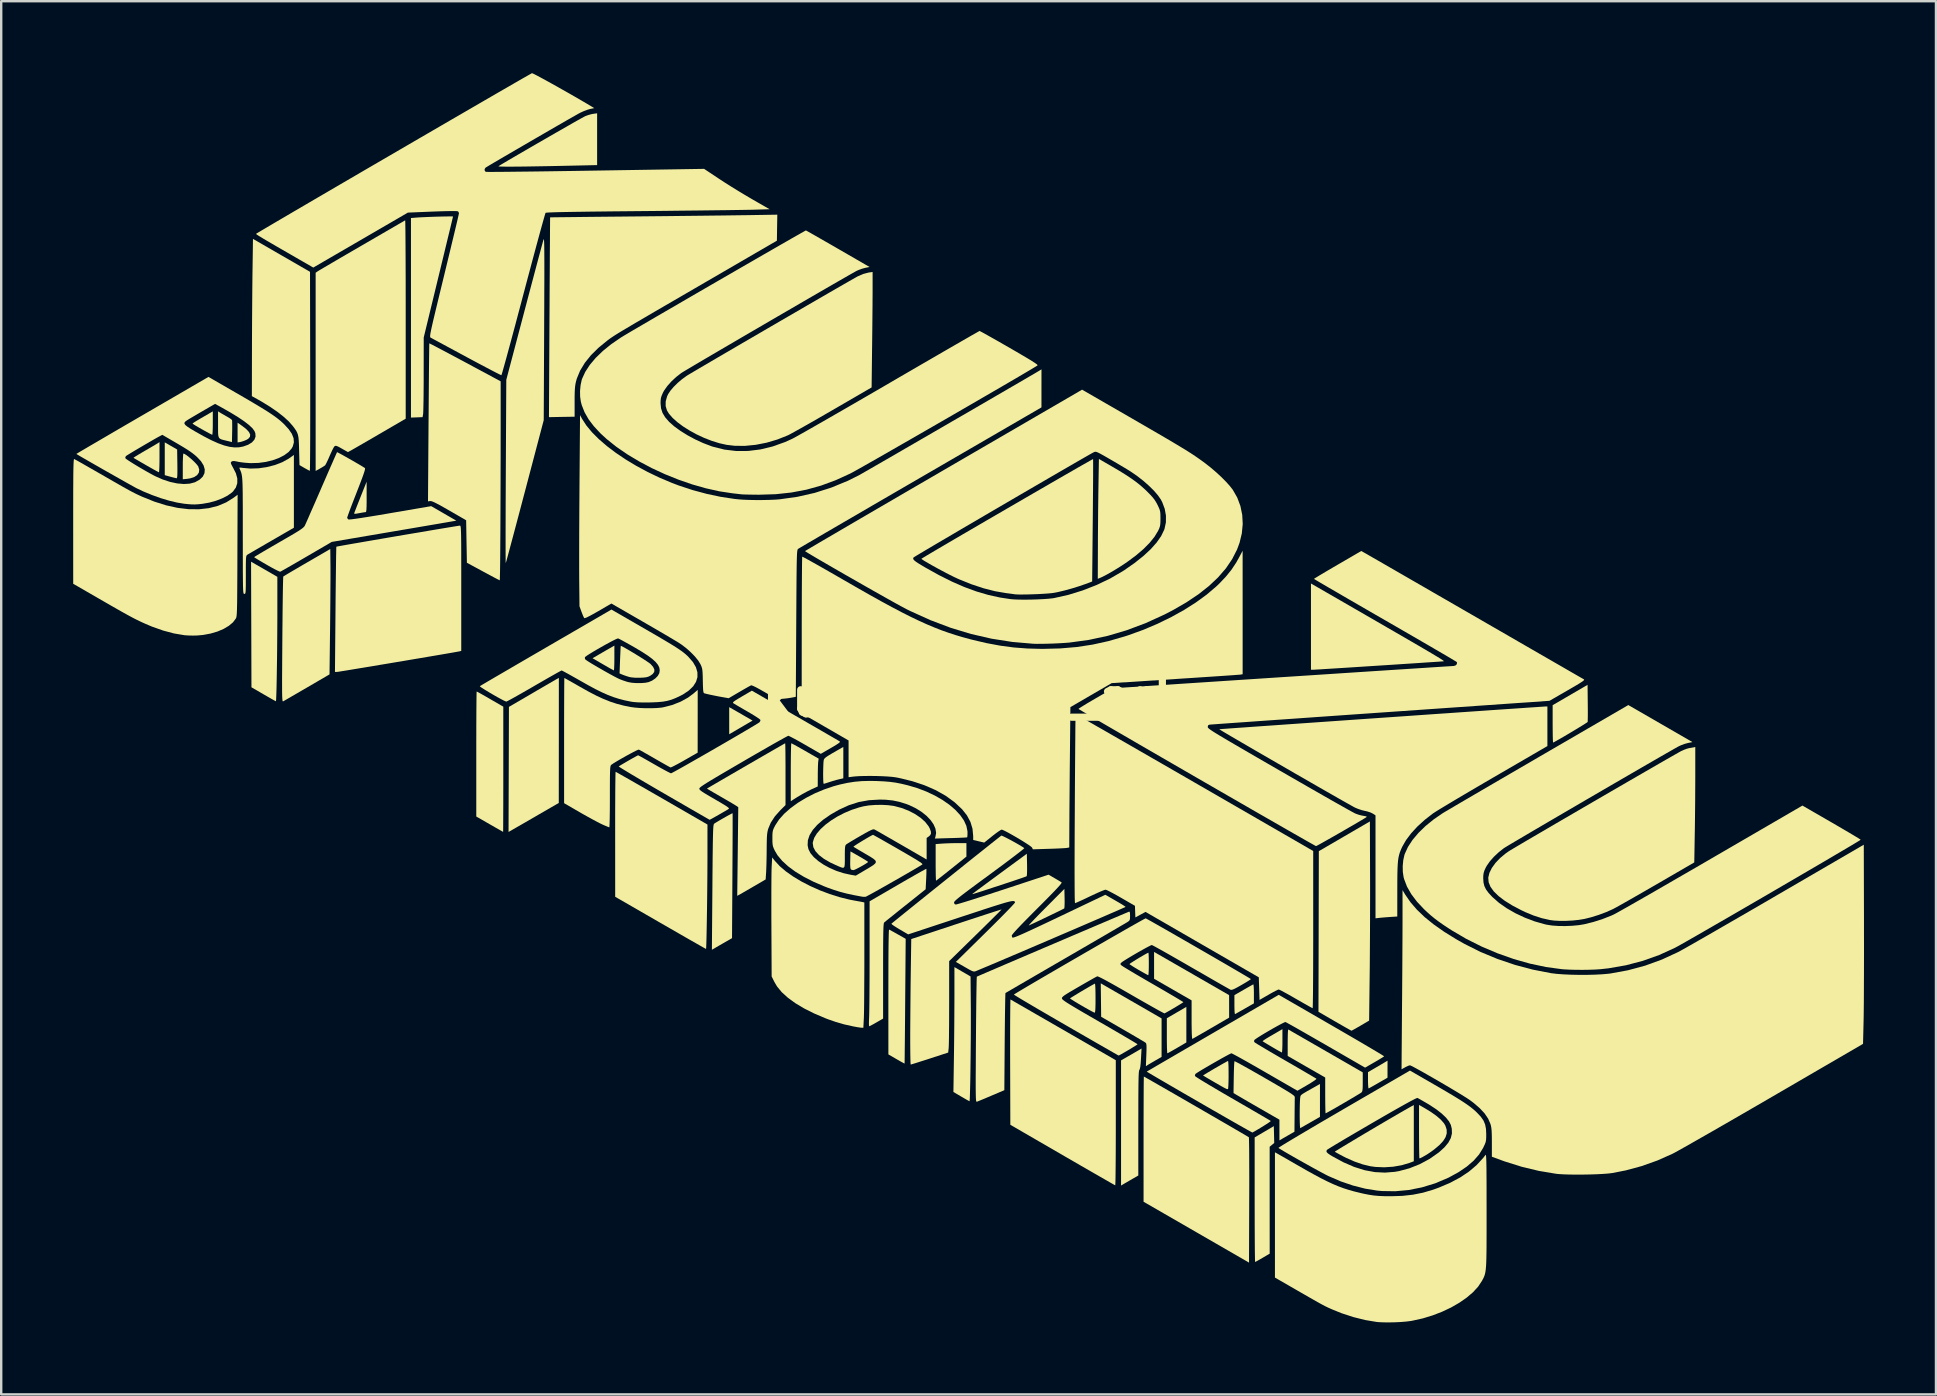
<source format=kicad_pcb>
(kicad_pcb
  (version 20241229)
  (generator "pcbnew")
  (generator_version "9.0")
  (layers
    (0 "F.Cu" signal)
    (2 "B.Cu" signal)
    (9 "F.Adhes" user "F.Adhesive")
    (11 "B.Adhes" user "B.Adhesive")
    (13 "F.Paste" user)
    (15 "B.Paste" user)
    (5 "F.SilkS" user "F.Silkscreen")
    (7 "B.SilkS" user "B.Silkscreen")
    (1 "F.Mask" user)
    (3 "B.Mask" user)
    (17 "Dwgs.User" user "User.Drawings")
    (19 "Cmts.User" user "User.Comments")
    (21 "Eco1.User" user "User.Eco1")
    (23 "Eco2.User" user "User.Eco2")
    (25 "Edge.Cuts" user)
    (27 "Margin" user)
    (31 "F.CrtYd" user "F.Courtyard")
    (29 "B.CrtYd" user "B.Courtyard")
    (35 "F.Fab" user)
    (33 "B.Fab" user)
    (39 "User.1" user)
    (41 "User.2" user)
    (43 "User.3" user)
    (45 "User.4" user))
  (footprint "kudzu_back_art"
    (layer "F.Cu")
    (at 37.318 26.017)
    (property "Reference" "kudzu_back_art" (at 0 0 0) (layer "F.SilkS") (effects (font (size 1.5 1.5) (thickness 0.3))))
    (attr board_only exclude_from_pos_files exclude_from_bom)
    (fp_poly (pts (xy -30.276 -11.318) (xy -30.104 -11.184) (xy -29.993 -11.064) (xy -29.942 -10.958) (xy -29.952 -10.864) (xy -30.021 -10.783) (xy -30.092 -10.74) (xy -30.203 -10.693) (xy -30.315 -10.657) (xy -30.35 -10.649) (xy -30.467 -10.629) (xy -30.467 -11.041) (xy -30.467 -11.453)) (stroke (width 0) (type solid)) (fill yes) (layer "F.SilkS"))
    (fp_poly (pts (xy -9.799 0.505) (xy -9.694 0.565) (xy -9.556 0.644) (xy -9.406 0.731) (xy -9.313 0.785) (xy -9.006 0.962) (xy -9.141 1.041) (xy -9.22 1.087) (xy -9.338 1.156) (xy -9.478 1.238) (xy -9.625 1.324) (xy -9.627 1.325) (xy -9.979 1.531) (xy -9.979 0.966) (xy -9.979 0.402)) (stroke (width 0) (type solid)) (fill yes) (layer "F.SilkS"))
    (fp_poly (pts (xy -33.244 -10.484) (xy -32.986 -10.335) (xy -32.977 -9.735) (xy -32.975 -9.518) (xy -32.976 -9.357) (xy -32.979 -9.245) (xy -32.987 -9.176) (xy -32.998 -9.142) (xy -33.008 -9.136) (xy -33.056 -9.146) (xy -33.146 -9.168) (xy -33.26 -9.198) (xy -33.275 -9.202) (xy -33.502 -9.266) (xy -33.502 -9.949) (xy -33.502 -10.632)) (stroke (width 0) (type solid)) (fill yes) (layer "F.SilkS"))
    (fp_poly (pts (xy 9.071 13.634) (xy 9.071 14.376) (xy 8.685 14.602) (xy 8.546 14.682) (xy 8.426 14.75) (xy 8.336 14.8) (xy 8.285 14.825) (xy 8.279 14.827) (xy 8.273 14.797) (xy 8.268 14.714) (xy 8.263 14.585) (xy 8.26 14.419) (xy 8.258 14.226) (xy 8.258 14.097) (xy 8.258 13.366) (xy 8.665 13.129) (xy 9.071 12.893)) (stroke (width 0) (type solid)) (fill yes) (layer "F.SilkS"))
    (fp_poly (pts (xy -14.765 -1.645) (xy -14.766 -1.473) (xy -14.77 -1.325) (xy -14.775 -1.213) (xy -14.782 -1.145) (xy -14.788 -1.13) (xy -14.822 -1.146) (xy -14.9 -1.188) (xy -15.012 -1.252) (xy -15.149 -1.331) (xy -15.243 -1.385) (xy -15.674 -1.636) (xy -15.399 -1.797) (xy -15.257 -1.879) (xy -15.111 -1.964) (xy -14.986 -2.036) (xy -14.944 -2.06) (xy -14.765 -2.163)) (stroke (width 0) (type solid)) (fill yes) (layer "F.SilkS"))
    (fp_poly (pts (xy 17.454 15.489) (xy 17.454 15.844) (xy 17.074 16.063) (xy 16.935 16.143) (xy 16.814 16.211) (xy 16.724 16.262) (xy 16.673 16.289) (xy 16.667 16.292) (xy 16.657 16.267) (xy 16.649 16.192) (xy 16.643 16.078) (xy 16.641 15.958) (xy 16.641 15.613) (xy 16.946 15.435) (xy 17.081 15.356) (xy 17.206 15.283) (xy 17.305 15.224) (xy 17.353 15.196) (xy 17.455 15.135)) (stroke (width 0) (type solid)) (fill yes) (layer "F.SilkS"))
    (fp_poly (pts (xy -32.669 -10.145) (xy -32.582 -10.088) (xy -32.478 -10.007) (xy -32.366 -9.911) (xy -32.261 -9.811) (xy -32.173 -9.717) (xy -32.114 -9.641) (xy -32.107 -9.628) (xy -32.065 -9.495) (xy -32.08 -9.374) (xy -32.15 -9.271) (xy -32.271 -9.189) (xy -32.439 -9.133) (xy -32.563 -9.113) (xy -32.751 -9.094) (xy -32.751 -9.63) (xy -32.75 -9.805) (xy -32.745 -9.957) (xy -32.739 -10.074) (xy -32.732 -10.147) (xy -32.724 -10.166)) (stroke (width 0) (type solid)) (fill yes) (layer "F.SilkS"))
    (fp_poly (pts (xy -17.08 1.789) (xy -17.082 4.395) (xy -17.947 4.895) (xy -18.168 5.023) (xy -18.38 5.146) (xy -18.574 5.258) (xy -18.743 5.355) (xy -18.878 5.433) (xy -18.97 5.486) (xy -18.994 5.5) (xy -19.175 5.603) (xy -19.167 2.997) (xy -19.159 0.391) (xy -18.24 -0.145) (xy -18.017 -0.276) (xy -17.806 -0.398) (xy -17.614 -0.51) (xy -17.45 -0.605) (xy -17.32 -0.68) (xy -17.232 -0.731) (xy -17.2 -0.75) (xy -17.079 -0.817)) (stroke (width 0) (type solid)) (fill yes) (layer "F.SilkS"))
    (fp_poly (pts (xy -4.559 6.623) (xy -4.425 6.701) (xy -4.312 6.769) (xy -4.232 6.82) (xy -4.193 6.85) (xy -4.192 6.853) (xy -4.217 6.879) (xy -4.286 6.925) (xy -4.382 6.984) (xy -4.494 7.047) (xy -4.606 7.107) (xy -4.706 7.157) (xy -4.778 7.188) (xy -4.806 7.194) (xy -4.878 7.181) (xy -4.904 7.168) (xy -4.923 7.138) (xy -4.933 7.069) (xy -4.938 6.955) (xy -4.936 6.787) (xy -4.936 6.778) (xy -4.927 6.414)) (stroke (width 0) (type solid)) (fill yes) (layer "F.SilkS"))
    (fp_poly (pts (xy -0.094 6.349) (xy -0.094 6.63) (xy -0.718 7.131) (xy -0.888 7.267) (xy -1.042 7.389) (xy -1.172 7.491) (xy -1.273 7.57) (xy -1.338 7.618) (xy -1.36 7.633) (xy -1.364 7.603) (xy -1.368 7.519) (xy -1.372 7.389) (xy -1.374 7.223) (xy -1.376 7.027) (xy -1.376 6.871) (xy -1.376 6.109) (xy -1.118 6.089) (xy -0.978 6.081) (xy -0.8 6.074) (xy -0.611 6.07) (xy -0.477 6.069) (xy -0.094 6.068)) (stroke (width 0) (type solid)) (fill yes) (layer "F.SilkS"))
    (fp_poly (pts (xy -25.089 -8.36) (xy -25.089 -8.134) (xy -25.092 -7.965) (xy -25.097 -7.846) (xy -25.105 -7.771) (xy -25.116 -7.734) (xy -25.126 -7.726) (xy -25.175 -7.721) (xy -25.266 -7.706) (xy -25.381 -7.685) (xy -25.393 -7.683) (xy -25.509 -7.662) (xy -25.576 -7.654) (xy -25.604 -7.66) (xy -25.607 -7.681) (xy -25.604 -7.691) (xy -25.588 -7.734) (xy -25.552 -7.826) (xy -25.501 -7.958) (xy -25.437 -8.12) (xy -25.365 -8.302) (xy -25.339 -8.368) (xy -25.09 -8.993)) (stroke (width 0) (type solid)) (fill yes) (layer "F.SilkS"))
    (fp_poly (pts (xy 11.87 11.98) (xy 11.878 12.056) (xy 11.884 12.173) (xy 11.886 12.318) (xy 11.886 12.345) (xy 11.886 12.747) (xy 11.504 12.966) (xy 11.364 13.046) (xy 11.244 13.114) (xy 11.154 13.165) (xy 11.104 13.192) (xy 11.098 13.195) (xy 11.089 13.17) (xy 11.081 13.093) (xy 11.076 12.977) (xy 11.074 12.832) (xy 11.074 12.804) (xy 11.074 12.403) (xy 11.454 12.184) (xy 11.594 12.104) (xy 11.714 12.036) (xy 11.804 11.985) (xy 11.855 11.957) (xy 11.861 11.954)) (stroke (width 0) (type solid)) (fill yes) (layer "F.SilkS"))
    (fp_poly (pts (xy -31.5 -11.436) (xy -31.501 -11.269) (xy -31.505 -11.127) (xy -31.511 -11.02) (xy -31.519 -10.959) (xy -31.523 -10.948) (xy -31.558 -10.963) (xy -31.636 -11.003) (xy -31.748 -11.063) (xy -31.884 -11.138) (xy -31.946 -11.173) (xy -32.086 -11.253) (xy -32.205 -11.323) (xy -32.293 -11.378) (xy -32.339 -11.41) (xy -32.344 -11.416) (xy -32.319 -11.438) (xy -32.25 -11.484) (xy -32.147 -11.547) (xy -32.024 -11.62) (xy -31.886 -11.7) (xy -31.759 -11.773) (xy -31.657 -11.833) (xy -31.601 -11.865) (xy -31.5 -11.924)) (stroke (width 0) (type solid)) (fill yes) (layer "F.SilkS"))
    (fp_poly (pts (xy 12.725 18.214) (xy 12.733 18.565) (xy 12.638 18.643) (xy 12.543 18.722) (xy 12.543 20.949) (xy 12.544 23.177) (xy 12.25 23.35) (xy 12.129 23.42) (xy 12.028 23.477) (xy 11.96 23.513) (xy 11.937 23.523) (xy 11.934 23.493) (xy 11.931 23.404) (xy 11.929 23.262) (xy 11.926 23.072) (xy 11.924 22.837) (xy 11.922 22.563) (xy 11.921 22.253) (xy 11.919 21.914) (xy 11.919 21.548) (xy 11.918 21.161) (xy 11.918 20.928) (xy 11.918 18.333) (xy 12.317 18.098) (xy 12.716 17.863)) (stroke (width 0) (type solid)) (fill yes) (layer "F.SilkS"))
    (fp_poly (pts (xy 13.075 14.308) (xy 13.074 14.474) (xy 13.07 14.616) (xy 13.064 14.723) (xy 13.057 14.783) (xy 13.052 14.793) (xy 13.018 14.777) (xy 12.94 14.735) (xy 12.83 14.673) (xy 12.697 14.595) (xy 12.648 14.567) (xy 12.51 14.485) (xy 12.391 14.414) (xy 12.303 14.36) (xy 12.255 14.329) (xy 12.25 14.325) (xy 12.269 14.304) (xy 12.332 14.259) (xy 12.43 14.196) (xy 12.553 14.123) (xy 12.69 14.044) (xy 12.817 13.97) (xy 12.919 13.911) (xy 12.974 13.879) (xy 13.075 13.82)) (stroke (width 0) (type solid)) (fill yes) (layer "F.SilkS"))
    (fp_poly (pts (xy -31.21 -11.88) (xy -31.149 -11.843) (xy -31.052 -11.787) (xy -30.94 -11.723) (xy -30.926 -11.716) (xy -30.823 -11.655) (xy -30.743 -11.601) (xy -30.701 -11.565) (xy -30.699 -11.561) (xy -30.694 -11.517) (xy -30.692 -11.424) (xy -30.691 -11.293) (xy -30.692 -11.137) (xy -30.693 -11.083) (xy -30.702 -10.643) (xy -30.928 -10.7) (xy -31.051 -10.73) (xy -31.142 -10.756) (xy -31.205 -10.787) (xy -31.245 -10.833) (xy -31.269 -10.902) (xy -31.279 -11.004) (xy -31.281 -11.148) (xy -31.281 -11.345) (xy -31.281 -11.375) (xy -31.281 -11.925)) (stroke (width 0) (type solid)) (fill yes) (layer "F.SilkS"))
    (fp_poly (pts (xy -29.357 -5.344) (xy -28.81 -5.029) (xy -28.81 -3.68) (xy -28.81 -3.336) (xy -28.812 -2.981) (xy -28.814 -2.621) (xy -28.817 -2.261) (xy -28.82 -1.907) (xy -28.824 -1.563) (xy -28.829 -1.236) (xy -28.834 -0.93) (xy -28.839 -0.651) (xy -28.844 -0.405) (xy -28.85 -0.196) (xy -28.856 -0.031) (xy -28.861 0.085) (xy -28.867 0.147) (xy -28.869 0.156) (xy -28.901 0.141) (xy -28.978 0.099) (xy -29.091 0.036) (xy -29.232 -0.045) (xy -29.388 -0.135) (xy -29.889 -0.425) (xy -29.897 -3.042) (xy -29.905 -5.659)) (stroke (width 0) (type solid)) (fill yes) (layer "F.SilkS"))
    (fp_poly (pts (xy 3.997 8.373) (xy 3.999 8.524) (xy 3.996 8.653) (xy 3.991 8.745) (xy 3.983 8.789) (xy 3.981 8.791) (xy 3.948 8.809) (xy 3.868 8.849) (xy 3.75 8.908) (xy 3.603 8.979) (xy 3.436 9.06) (xy 3.259 9.145) (xy 3.081 9.23) (xy 2.912 9.311) (xy 2.76 9.383) (xy 2.634 9.441) (xy 2.545 9.482) (xy 2.502 9.501) (xy 2.513 9.483) (xy 2.562 9.427) (xy 2.647 9.336) (xy 2.762 9.215) (xy 2.903 9.07) (xy 3.065 8.905) (xy 3.222 8.747) (xy 3.988 7.976)) (stroke (width 0) (type solid)) (fill yes) (layer "F.SilkS"))
    (fp_poly (pts (xy 18.948 17.081) (xy 19.243 17.259) (xy 19.487 17.431) (xy 19.677 17.595) (xy 19.811 17.749) (xy 19.867 17.846) (xy 19.919 18.008) (xy 19.922 18.166) (xy 19.873 18.324) (xy 19.771 18.486) (xy 19.614 18.654) (xy 19.4 18.834) (xy 19.269 18.93) (xy 19.152 19.009) (xy 19.031 19.084) (xy 18.92 19.147) (xy 18.834 19.191) (xy 18.785 19.206) (xy 18.781 19.176) (xy 18.778 19.091) (xy 18.775 18.956) (xy 18.772 18.781) (xy 18.77 18.571) (xy 18.769 18.333) (xy 18.768 18.093) (xy 18.768 16.979)) (stroke (width 0) (type solid)) (fill yes) (layer "F.SilkS"))
    (fp_poly (pts (xy 14.639 16.791) (xy 14.639 17.477) (xy 14.241 17.705) (xy 14.098 17.787) (xy 13.975 17.857) (xy 13.881 17.911) (xy 13.827 17.941) (xy 13.818 17.946) (xy 13.811 17.921) (xy 13.804 17.842) (xy 13.799 17.721) (xy 13.796 17.565) (xy 13.795 17.398) (xy 13.796 17.206) (xy 13.799 17.026) (xy 13.803 16.871) (xy 13.809 16.755) (xy 13.814 16.7) (xy 13.819 16.654) (xy 13.825 16.619) (xy 13.839 16.588) (xy 13.868 16.557) (xy 13.918 16.519) (xy 13.997 16.47) (xy 14.111 16.403) (xy 14.267 16.315) (xy 14.413 16.233) (xy 14.639 16.105)) (stroke (width 0) (type solid)) (fill yes) (layer "F.SilkS"))
    (fp_poly (pts (xy 16.727 7.392) (xy 16.728 7.832) (xy 16.728 8.308) (xy 16.727 8.809) (xy 16.726 9.321) (xy 16.724 9.832) (xy 16.721 10.329) (xy 16.718 10.799) (xy 16.715 11.23) (xy 16.711 11.542) (xy 16.688 13.465) (xy 16.329 13.676) (xy 16.195 13.753) (xy 16.081 13.818) (xy 15.998 13.864) (xy 15.956 13.885) (xy 15.953 13.886) (xy 15.923 13.871) (xy 15.846 13.828) (xy 15.73 13.763) (xy 15.582 13.679) (xy 15.41 13.58) (xy 15.257 13.492) (xy 14.577 13.098) (xy 14.585 9.751) (xy 14.592 6.403) (xy 15.656 5.784) (xy 16.72 5.165)) (stroke (width 0) (type solid)) (fill yes) (layer "F.SilkS"))
    (fp_poly (pts (xy -7.358 1.923) (xy -7.279 1.965) (xy -7.163 2.028) (xy -7.019 2.11) (xy -6.853 2.203) (xy -6.809 2.229) (xy -6.251 2.549) (xy -6.269 2.659) (xy -6.275 2.729) (xy -6.281 2.847) (xy -6.285 2.999) (xy -6.288 3.17) (xy -6.288 3.238) (xy -6.29 3.707) (xy -6.53 3.816) (xy -6.716 3.908) (xy -6.928 4.023) (xy -7.144 4.15) (xy -7.328 4.267) (xy -7.414 4.324) (xy -7.414 3.116) (xy -7.413 2.848) (xy -7.411 2.601) (xy -7.409 2.381) (xy -7.405 2.195) (xy -7.401 2.05) (xy -7.397 1.953) (xy -7.392 1.91) (xy -7.391 1.908)) (stroke (width 0) (type solid)) (fill yes) (layer "F.SilkS"))
    (fp_poly (pts (xy -5.224 2.714) (xy -5.224 3.368) (xy -5.399 3.408) (xy -5.523 3.439) (xy -5.671 3.482) (xy -5.796 3.522) (xy -5.906 3.558) (xy -5.993 3.585) (xy -6.04 3.597) (xy -6.043 3.597) (xy -6.052 3.568) (xy -6.059 3.487) (xy -6.063 3.366) (xy -6.065 3.215) (xy -6.065 3.152) (xy -6.062 2.983) (xy -6.057 2.83) (xy -6.051 2.706) (xy -6.043 2.627) (xy -6.041 2.614) (xy -6.031 2.58) (xy -6.01 2.546) (xy -5.972 2.509) (xy -5.911 2.463) (xy -5.819 2.404) (xy -5.69 2.327) (xy -5.516 2.227) (xy -5.404 2.163) (xy -5.224 2.06)) (stroke (width 0) (type solid)) (fill yes) (layer "F.SilkS"))
    (fp_poly (pts (xy 25.799 0.228) (xy 25.801 0.441) (xy 25.802 0.633) (xy 25.801 0.796) (xy 25.799 0.921) (xy 25.797 0.998) (xy 25.794 1.02) (xy 25.766 1.042) (xy 25.691 1.091) (xy 25.58 1.161) (xy 25.441 1.246) (xy 25.283 1.342) (xy 25.114 1.443) (xy 24.943 1.545) (xy 24.778 1.642) (xy 24.629 1.728) (xy 24.504 1.799) (xy 24.412 1.85) (xy 24.361 1.875) (xy 24.354 1.877) (xy 24.35 1.847) (xy 24.345 1.763) (xy 24.341 1.633) (xy 24.339 1.466) (xy 24.337 1.27) (xy 24.336 1.098) (xy 24.336 0.32) (xy 25.064 -0.104) (xy 25.791 -0.528)) (stroke (width 0) (type solid)) (fill yes) (layer "F.SilkS"))
    (fp_poly (pts (xy -33.721 -10.013) (xy -33.722 -9.823) (xy -33.725 -9.656) (xy -33.73 -9.521) (xy -33.736 -9.428) (xy -33.743 -9.387) (xy -33.744 -9.385) (xy -33.777 -9.401) (xy -33.856 -9.443) (xy -33.971 -9.506) (xy -34.113 -9.586) (xy -34.275 -9.678) (xy -34.28 -9.681) (xy -34.441 -9.774) (xy -34.582 -9.856) (xy -34.696 -9.923) (xy -34.773 -9.968) (xy -34.804 -9.988) (xy -34.804 -9.988) (xy -34.782 -10.007) (xy -34.715 -10.051) (xy -34.609 -10.116) (xy -34.475 -10.196) (xy -34.339 -10.276) (xy -34.178 -10.368) (xy -34.033 -10.453) (xy -33.912 -10.524) (xy -33.827 -10.575) (xy -33.791 -10.597) (xy -33.721 -10.643)) (stroke (width 0) (type solid)) (fill yes) (layer "F.SilkS"))
    (fp_poly (pts (xy 7.496 10.665) (xy 7.501 10.746) (xy 7.505 10.868) (xy 7.507 11.021) (xy 7.507 11.105) (xy 7.506 11.268) (xy 7.502 11.406) (xy 7.496 11.509) (xy 7.488 11.565) (xy 7.484 11.573) (xy 7.45 11.558) (xy 7.372 11.516) (xy 7.262 11.455) (xy 7.129 11.379) (xy 7.085 11.354) (xy 6.948 11.273) (xy 6.833 11.202) (xy 6.748 11.147) (xy 6.705 11.115) (xy 6.701 11.111) (xy 6.724 11.089) (xy 6.79 11.044) (xy 6.887 10.981) (xy 7.004 10.909) (xy 7.13 10.833) (xy 7.253 10.761) (xy 7.361 10.699) (xy 7.443 10.655) (xy 7.487 10.636) (xy 7.49 10.635)) (stroke (width 0) (type solid)) (fill yes) (layer "F.SilkS"))
    (fp_poly (pts (xy 7.181 15.048) (xy 7.168 15.249) (xy 7.152 15.392) (xy 7.132 15.481) (xy 7.114 15.518) (xy 7.105 15.535) (xy 7.098 15.57) (xy 7.091 15.625) (xy 7.086 15.706) (xy 7.081 15.816) (xy 7.078 15.959) (xy 7.075 16.141) (xy 7.073 16.364) (xy 7.071 16.633) (xy 7.07 16.952) (xy 7.07 17.326) (xy 7.069 17.744) (xy 7.069 19.92) (xy 6.827 20.06) (xy 6.701 20.133) (xy 6.58 20.203) (xy 6.486 20.258) (xy 6.467 20.269) (xy 6.35 20.339) (xy 6.35 17.73) (xy 6.35 15.122) (xy 6.655 14.947) (xy 6.793 14.868) (xy 6.924 14.792) (xy 7.03 14.73) (xy 7.082 14.7) (xy 7.204 14.628)) (stroke (width 0) (type solid)) (fill yes) (layer "F.SilkS"))
    (fp_poly (pts (xy 7.877 10.69) (xy 7.934 10.722) (xy 8.038 10.782) (xy 8.186 10.867) (xy 8.37 10.973) (xy 8.585 11.097) (xy 8.826 11.236) (xy 9.086 11.385) (xy 9.361 11.543) (xy 9.441 11.59) (xy 10.853 12.403) (xy 10.854 12.872) (xy 10.854 13.341) (xy 10.101 13.779) (xy 9.904 13.894) (xy 9.724 13.998) (xy 9.569 14.087) (xy 9.445 14.158) (xy 9.36 14.206) (xy 9.32 14.227) (xy 9.319 14.228) (xy 9.311 14.201) (xy 9.303 14.117) (xy 9.297 13.982) (xy 9.293 13.801) (xy 9.29 13.581) (xy 9.29 13.43) (xy 9.29 12.622) (xy 8.508 12.172) (xy 7.726 11.722) (xy 7.726 11.163) (xy 7.726 10.603)) (stroke (width 0) (type solid)) (fill yes) (layer "F.SilkS"))
    (fp_poly (pts (xy 5.269 11.95) (xy 5.276 12.029) (xy 5.281 12.153) (xy 5.285 12.312) (xy 5.286 12.496) (xy 5.286 12.525) (xy 5.286 12.746) (xy 5.282 12.911) (xy 5.277 13.026) (xy 5.268 13.097) (xy 5.257 13.131) (xy 5.247 13.135) (xy 5.209 13.119) (xy 5.126 13.077) (xy 5.008 13.012) (xy 4.864 12.931) (xy 4.716 12.846) (xy 4.559 12.754) (xy 4.423 12.672) (xy 4.316 12.605) (xy 4.247 12.559) (xy 4.223 12.539) (xy 4.249 12.52) (xy 4.318 12.476) (xy 4.422 12.412) (xy 4.549 12.335) (xy 4.69 12.25) (xy 4.836 12.164) (xy 4.975 12.083) (xy 5.097 12.012) (xy 5.194 11.958) (xy 5.254 11.927) (xy 5.262 11.923)) (stroke (width 0) (type solid)) (fill yes) (layer "F.SilkS"))
    (fp_poly (pts (xy 2.433 6.968) (xy 2.434 7.131) (xy 2.433 7.272) (xy 2.428 7.378) (xy 2.421 7.438) (xy 2.417 7.447) (xy 2.383 7.462) (xy 2.296 7.494) (xy 2.163 7.54) (xy 1.992 7.598) (xy 1.788 7.667) (xy 1.56 7.742) (xy 1.345 7.813) (xy 1.045 7.911) (xy 0.8 7.992) (xy 0.603 8.056) (xy 0.45 8.105) (xy 0.335 8.142) (xy 0.254 8.167) (xy 0.201 8.183) (xy 0.17 8.191) (xy 0.157 8.192) (xy 0.155 8.188) (xy 0.161 8.182) (xy 0.164 8.178) (xy 0.194 8.155) (xy 0.268 8.099) (xy 0.383 8.013) (xy 0.533 7.903) (xy 0.712 7.77) (xy 0.915 7.62) (xy 1.138 7.456) (xy 1.306 7.332) (xy 2.424 6.511)) (stroke (width 0) (type solid)) (fill yes) (layer "F.SilkS"))
    (fp_poly (pts (xy 10.816 15.174) (xy 10.823 15.252) (xy 10.828 15.37) (xy 10.83 15.516) (xy 10.831 15.679) (xy 10.831 15.848) (xy 10.828 16.011) (xy 10.823 16.157) (xy 10.815 16.274) (xy 10.814 16.29) (xy 10.808 16.312) (xy 10.791 16.322) (xy 10.756 16.315) (xy 10.696 16.288) (xy 10.603 16.239) (xy 10.47 16.164) (xy 10.293 16.062) (xy 10.132 15.968) (xy 9.99 15.886) (xy 9.877 15.819) (xy 9.8 15.773) (xy 9.769 15.754) (xy 9.768 15.754) (xy 9.791 15.736) (xy 9.858 15.694) (xy 9.959 15.632) (xy 10.085 15.557) (xy 10.225 15.474) (xy 10.37 15.39) (xy 10.509 15.31) (xy 10.632 15.24) (xy 10.73 15.186) (xy 10.793 15.153) (xy 10.808 15.147)) (stroke (width 0) (type solid)) (fill yes) (layer "F.SilkS"))
    (fp_poly (pts (xy -14.468 -2.142) (xy -14.395 -2.105) (xy -14.286 -2.044) (xy -14.152 -1.967) (xy -14.002 -1.877) (xy -13.845 -1.782) (xy -13.689 -1.685) (xy -13.544 -1.593) (xy -13.419 -1.512) (xy -13.323 -1.447) (xy -13.265 -1.402) (xy -13.26 -1.398) (xy -13.149 -1.272) (xy -13.097 -1.161) (xy -13.105 -1.063) (xy -13.173 -0.974) (xy -13.274 -0.904) (xy -13.351 -0.867) (xy -13.436 -0.844) (xy -13.546 -0.83) (xy -13.701 -0.823) (xy -13.701 -0.823) (xy -13.906 -0.824) (xy -14.076 -0.841) (xy -14.155 -0.858) (xy -14.275 -0.896) (xy -14.393 -0.938) (xy -14.43 -0.953) (xy -14.549 -1.003) (xy -14.528 -1.573) (xy -14.52 -1.755) (xy -14.513 -1.913) (xy -14.507 -2.039) (xy -14.502 -2.122) (xy -14.499 -2.151)) (stroke (width 0) (type solid)) (fill yes) (layer "F.SilkS"))
    (fp_poly (pts (xy -3.28 9.69) (xy -3.2 9.733) (xy -3.089 9.794) (xy -2.959 9.868) (xy -2.956 9.869) (xy -2.625 10.057) (xy -2.646 12.653) (xy -2.649 13.05) (xy -2.652 13.429) (xy -2.655 13.785) (xy -2.658 14.113) (xy -2.661 14.409) (xy -2.664 14.668) (xy -2.666 14.886) (xy -2.668 15.058) (xy -2.67 15.179) (xy -2.671 15.244) (xy -2.671 15.255) (xy -2.699 15.243) (xy -2.769 15.205) (xy -2.873 15.147) (xy -3 15.074) (xy -3.011 15.068) (xy -3.346 14.874) (xy -3.347 12.267) (xy -3.346 11.787) (xy -3.345 11.35) (xy -3.344 10.958) (xy -3.342 10.614) (xy -3.339 10.32) (xy -3.335 10.077) (xy -3.331 9.89) (xy -3.327 9.758) (xy -3.321 9.686) (xy -3.317 9.671)) (stroke (width 0) (type solid)) (fill yes) (layer "F.SilkS"))
    (fp_poly (pts (xy 5.606 11.97) (xy 5.655 11.998) (xy 5.751 12.054) (xy 5.89 12.134) (xy 6.063 12.234) (xy 6.267 12.351) (xy 6.493 12.482) (xy 6.737 12.622) (xy 6.874 12.701) (xy 8.039 13.373) (xy 8.039 14.175) (xy 8.039 14.978) (xy 7.781 15.126) (xy 7.66 15.197) (xy 7.552 15.26) (xy 7.475 15.306) (xy 7.454 15.32) (xy 7.385 15.365) (xy 7.404 14.898) (xy 7.41 14.71) (xy 7.412 14.575) (xy 7.408 14.484) (xy 7.399 14.427) (xy 7.383 14.396) (xy 7.379 14.392) (xy 7.342 14.367) (xy 7.258 14.316) (xy 7.133 14.241) (xy 6.973 14.146) (xy 6.786 14.037) (xy 6.578 13.916) (xy 6.428 13.829) (xy 5.521 13.306) (xy 5.513 12.609) (xy 5.504 11.911)) (stroke (width 0) (type solid)) (fill yes) (layer "F.SilkS"))
    (fp_poly (pts (xy 18.55 18.155) (xy 18.55 19.327) (xy 18.37 19.395) (xy 18.044 19.492) (xy 17.686 19.554) (xy 17.315 19.578) (xy 16.95 19.563) (xy 16.734 19.533) (xy 16.42 19.457) (xy 16.081 19.339) (xy 15.734 19.186) (xy 15.609 19.123) (xy 15.479 19.054) (xy 15.369 18.994) (xy 15.291 18.95) (xy 15.258 18.929) (xy 15.281 18.911) (xy 15.353 18.865) (xy 15.467 18.794) (xy 15.619 18.702) (xy 15.803 18.591) (xy 16.013 18.465) (xy 16.243 18.327) (xy 16.489 18.181) (xy 16.744 18.03) (xy 17.003 17.877) (xy 17.26 17.726) (xy 17.51 17.579) (xy 17.748 17.441) (xy 17.966 17.314) (xy 18.161 17.202) (xy 18.327 17.107) (xy 18.457 17.034) (xy 18.476 17.024) (xy 18.55 16.983)) (stroke (width 0) (type solid)) (fill yes) (layer "F.SilkS"))
    (fp_poly (pts (xy -0.258 11.43) (xy 0.078 11.625) (xy 0.088 12.749) (xy 0.09 13.007) (xy 0.09 13.292) (xy 0.09 13.598) (xy 0.089 13.919) (xy 0.087 14.249) (xy 0.084 14.583) (xy 0.081 14.914) (xy 0.077 15.237) (xy 0.073 15.546) (xy 0.069 15.835) (xy 0.064 16.098) (xy 0.058 16.33) (xy 0.053 16.524) (xy 0.048 16.675) (xy 0.042 16.777) (xy 0.037 16.823) (xy 0.035 16.826) (xy 0.002 16.809) (xy -0.074 16.768) (xy -0.181 16.706) (xy -0.308 16.632) (xy -0.31 16.631) (xy -0.636 16.44) (xy -0.615 15.016) (xy -0.61 14.663) (xy -0.606 14.28) (xy -0.602 13.881) (xy -0.599 13.482) (xy -0.597 13.097) (xy -0.595 12.744) (xy -0.594 12.436) (xy -0.594 12.413) (xy -0.594 11.235)) (stroke (width 0) (type solid)) (fill yes) (layer "F.SilkS"))
    (fp_poly (pts (xy -20.473 -0.235) (xy -20.396 -0.194) (xy -20.282 -0.13) (xy -20.139 -0.049) (xy -19.976 0.045) (xy -19.94 0.066) (xy -19.394 0.382) (xy -19.394 2.991) (xy -19.394 3.388) (xy -19.394 3.768) (xy -19.395 4.124) (xy -19.395 4.453) (xy -19.396 4.749) (xy -19.397 5.009) (xy -19.398 5.227) (xy -19.399 5.399) (xy -19.4 5.521) (xy -19.401 5.587) (xy -19.402 5.599) (xy -19.43 5.584) (xy -19.504 5.542) (xy -19.616 5.479) (xy -19.758 5.398) (xy -19.921 5.304) (xy -19.965 5.279) (xy -20.52 4.96) (xy -20.52 2.355) (xy -20.52 1.957) (xy -20.519 1.578) (xy -20.519 1.222) (xy -20.517 0.893) (xy -20.516 0.597) (xy -20.514 0.338) (xy -20.512 0.12) (xy -20.51 -0.052) (xy -20.508 -0.173) (xy -20.505 -0.239) (xy -20.504 -0.25)) (stroke (width 0) (type solid)) (fill yes) (layer "F.SilkS"))
    (fp_poly (pts (xy -15.484 -23.266) (xy -15.484 -22.187) (xy -16.383 -22.167) (xy -16.986 -22.154) (xy -17.526 -22.143) (xy -18.003 -22.135) (xy -18.418 -22.128) (xy -18.77 -22.124) (xy -19.061 -22.122) (xy -19.288 -22.122) (xy -19.454 -22.125) (xy -19.557 -22.129) (xy -19.597 -22.136) (xy -19.597 -22.138) (xy -19.562 -22.161) (xy -19.478 -22.213) (xy -19.351 -22.288) (xy -19.187 -22.386) (xy -18.99 -22.501) (xy -18.767 -22.631) (xy -18.522 -22.773) (xy -18.263 -22.924) (xy -17.994 -23.079) (xy -17.72 -23.237) (xy -17.448 -23.394) (xy -17.183 -23.546) (xy -16.93 -23.691) (xy -16.695 -23.825) (xy -16.484 -23.946) (xy -16.302 -24.049) (xy -16.155 -24.131) (xy -16.048 -24.19) (xy -15.987 -24.222) (xy -15.982 -24.225) (xy -15.853 -24.273) (xy -15.714 -24.311) (xy -15.648 -24.323) (xy -15.484 -24.345)) (stroke (width 0) (type solid)) (fill yes) (layer "F.SilkS"))
    (fp_poly (pts (xy -21.504 -20.047) (xy -21.49 -20.044) (xy -21.497 -20.012) (xy -21.518 -19.924) (xy -21.551 -19.784) (xy -21.596 -19.596) (xy -21.652 -19.366) (xy -21.717 -19.098) (xy -21.79 -18.796) (xy -21.87 -18.465) (xy -21.956 -18.109) (xy -22.047 -17.733) (xy -22.1 -17.516) (xy -22.71 -15.002) (xy -22.712 -13.468) (xy -22.712 -13.16) (xy -22.714 -12.867) (xy -22.716 -12.596) (xy -22.719 -12.355) (xy -22.723 -12.149) (xy -22.727 -11.985) (xy -22.731 -11.87) (xy -22.735 -11.81) (xy -22.736 -11.808) (xy -22.758 -11.683) (xy -23 -11.674) (xy -23.242 -11.665) (xy -23.242 -15.823) (xy -23.242 -19.981) (xy -23.015 -20) (xy -22.9 -20.008) (xy -22.751 -20.015) (xy -22.577 -20.023) (xy -22.388 -20.03) (xy -22.194 -20.037) (xy -22.005 -20.042) (xy -21.832 -20.046) (xy -21.684 -20.048) (xy -21.572 -20.049)) (stroke (width 0) (type solid)) (fill yes) (layer "F.SilkS"))
    (fp_poly (pts (xy -9.838 4.855) (xy -9.837 4.945) (xy -9.837 5.088) (xy -9.837 5.28) (xy -9.837 5.516) (xy -9.838 5.792) (xy -9.839 6.102) (xy -9.841 6.443) (xy -9.843 6.809) (xy -9.845 7.197) (xy -9.846 7.431) (xy -9.862 10.029) (xy -10.116 10.175) (xy -10.253 10.254) (xy -10.392 10.334) (xy -10.51 10.402) (xy -10.535 10.417) (xy -10.701 10.513) (xy -10.68 7.908) (xy -10.677 7.441) (xy -10.673 7.032) (xy -10.67 6.678) (xy -10.666 6.375) (xy -10.663 6.119) (xy -10.659 5.905) (xy -10.655 5.731) (xy -10.651 5.591) (xy -10.646 5.482) (xy -10.641 5.4) (xy -10.634 5.341) (xy -10.627 5.301) (xy -10.619 5.277) (xy -10.611 5.263) (xy -10.608 5.261) (xy -10.56 5.228) (xy -10.474 5.176) (xy -10.364 5.11) (xy -10.241 5.039) (xy -10.116 4.968) (xy -10.002 4.905) (xy -9.91 4.855) (xy -9.853 4.827) (xy -9.839 4.823)) (stroke (width 0) (type solid)) (fill yes) (layer "F.SilkS"))
    (fp_poly (pts (xy 13.349 13.852) (xy 13.429 13.898) (xy 13.553 13.97) (xy 13.717 14.064) (xy 13.915 14.178) (xy 14.143 14.309) (xy 14.396 14.455) (xy 14.669 14.612) (xy 14.882 14.735) (xy 16.422 15.623) (xy 16.422 16.018) (xy 16.421 16.186) (xy 16.417 16.303) (xy 16.408 16.38) (xy 16.393 16.427) (xy 16.371 16.457) (xy 16.368 16.459) (xy 16.329 16.486) (xy 16.246 16.537) (xy 16.127 16.608) (xy 15.982 16.695) (xy 15.818 16.791) (xy 15.645 16.893) (xy 15.471 16.994) (xy 15.304 17.091) (xy 15.153 17.177) (xy 15.026 17.249) (xy 14.933 17.3) (xy 14.882 17.327) (xy 14.875 17.33) (xy 14.87 17.3) (xy 14.866 17.216) (xy 14.863 17.087) (xy 14.86 16.921) (xy 14.859 16.726) (xy 14.858 16.583) (xy 14.858 15.837) (xy 14.076 15.388) (xy 13.294 14.938) (xy 13.294 14.38) (xy 13.296 14.202) (xy 13.299 14.049) (xy 13.304 13.931) (xy 13.311 13.856) (xy 13.318 13.835)) (stroke (width 0) (type solid)) (fill yes) (layer "F.SilkS"))
    (fp_poly (pts (xy 5.943 -9.643) (xy 6.27 -9.451) (xy 6.548 -9.279) (xy 6.786 -9.121) (xy 6.993 -8.971) (xy 7.177 -8.822) (xy 7.347 -8.67) (xy 7.433 -8.587) (xy 7.574 -8.444) (xy 7.679 -8.327) (xy 7.758 -8.223) (xy 7.823 -8.116) (xy 7.871 -8.025) (xy 7.926 -7.908) (xy 7.962 -7.817) (xy 7.982 -7.732) (xy 7.99 -7.631) (xy 7.992 -7.493) (xy 7.992 -7.461) (xy 7.991 -7.312) (xy 7.983 -7.204) (xy 7.966 -7.119) (xy 7.936 -7.035) (xy 7.892 -6.942) (xy 7.745 -6.699) (xy 7.54 -6.445) (xy 7.281 -6.184) (xy 6.97 -5.918) (xy 6.611 -5.652) (xy 6.538 -5.602) (xy 6.335 -5.468) (xy 6.123 -5.336) (xy 5.916 -5.213) (xy 5.726 -5.107) (xy 5.566 -5.025) (xy 5.493 -4.992) (xy 5.38 -4.946) (xy 5.385 -6.297) (xy 5.386 -6.642) (xy 5.389 -7.02) (xy 5.392 -7.414) (xy 5.395 -7.808) (xy 5.4 -8.185) (xy 5.404 -8.53) (xy 5.408 -8.795) (xy 5.427 -9.941)) (stroke (width 0) (type solid)) (fill yes) (layer "F.SilkS"))
    (fp_poly (pts (xy 1.774 12.602) (xy 1.854 12.648) (xy 1.98 12.721) (xy 2.148 12.818) (xy 2.354 12.936) (xy 2.594 13.075) (xy 2.863 13.23) (xy 3.158 13.4) (xy 3.474 13.582) (xy 3.807 13.774) (xy 3.949 13.856) (xy 6.131 15.115) (xy 6.131 17.724) (xy 6.131 18.122) (xy 6.13 18.501) (xy 6.129 18.857) (xy 6.127 19.186) (xy 6.125 19.482) (xy 6.122 19.741) (xy 6.12 19.959) (xy 6.117 20.131) (xy 6.113 20.252) (xy 6.11 20.318) (xy 6.108 20.329) (xy 6.077 20.314) (xy 5.997 20.269) (xy 5.871 20.197) (xy 5.704 20.101) (xy 5.498 19.983) (xy 5.259 19.846) (xy 4.99 19.691) (xy 4.696 19.522) (xy 4.381 19.339) (xy 4.048 19.147) (xy 3.91 19.067) (xy 1.736 17.807) (xy 1.728 15.189) (xy 1.727 14.791) (xy 1.727 14.411) (xy 1.727 14.055) (xy 1.728 13.727) (xy 1.729 13.431) (xy 1.731 13.172) (xy 1.733 12.954) (xy 1.735 12.782) (xy 1.738 12.661) (xy 1.741 12.595) (xy 1.744 12.584)) (stroke (width 0) (type solid)) (fill yes) (layer "F.SilkS"))
    (fp_poly (pts (xy 7.329 15.812) (xy 7.407 15.856) (xy 7.53 15.925) (xy 7.691 16.018) (xy 7.887 16.13) (xy 8.112 16.259) (xy 8.362 16.403) (xy 8.631 16.558) (xy 8.915 16.722) (xy 9.208 16.891) (xy 9.506 17.063) (xy 9.803 17.235) (xy 10.096 17.405) (xy 10.378 17.568) (xy 10.645 17.723) (xy 10.892 17.866) (xy 11.114 17.996) (xy 11.306 18.108) (xy 11.463 18.199) (xy 11.58 18.268) (xy 11.653 18.312) (xy 11.676 18.326) (xy 11.679 18.36) (xy 11.682 18.452) (xy 11.685 18.598) (xy 11.688 18.792) (xy 11.69 19.03) (xy 11.691 19.307) (xy 11.692 19.619) (xy 11.693 19.961) (xy 11.693 20.328) (xy 11.692 20.716) (xy 11.691 20.95) (xy 11.683 23.551) (xy 9.486 22.282) (xy 7.288 21.014) (xy 7.288 18.405) (xy 7.289 18.007) (xy 7.289 17.628) (xy 7.29 17.272) (xy 7.291 16.943) (xy 7.292 16.646) (xy 7.293 16.387) (xy 7.294 16.169) (xy 7.296 15.996) (xy 7.298 15.875) (xy 7.299 15.808) (xy 7.301 15.797)) (stroke (width 0) (type solid)) (fill yes) (layer "F.SilkS"))
    (fp_poly (pts (xy -28.638 -18.426) (xy -27.449 -17.74) (xy -27.441 -13.593) (xy -27.44 -13.09) (xy -27.44 -12.603) (xy -27.44 -12.138) (xy -27.44 -11.698) (xy -27.441 -11.286) (xy -27.441 -10.906) (xy -27.443 -10.562) (xy -27.444 -10.257) (xy -27.446 -9.996) (xy -27.448 -9.781) (xy -27.45 -9.616) (xy -27.453 -9.505) (xy -27.456 -9.452) (xy -27.457 -9.447) (xy -27.493 -9.462) (xy -27.568 -9.502) (xy -27.667 -9.557) (xy -27.683 -9.566) (xy -27.887 -9.685) (xy -27.903 -10.293) (xy -27.909 -10.521) (xy -27.917 -10.697) (xy -27.93 -10.834) (xy -27.951 -10.942) (xy -27.982 -11.033) (xy -28.026 -11.118) (xy -28.087 -11.208) (xy -28.162 -11.309) (xy -28.327 -11.498) (xy -28.547 -11.699) (xy -28.815 -11.909) (xy -29.126 -12.122) (xy -29.473 -12.335) (xy -29.599 -12.407) (xy -29.872 -12.559) (xy -29.868 -14.483) (xy -29.867 -14.878) (xy -29.865 -15.297) (xy -29.863 -15.728) (xy -29.86 -16.16) (xy -29.857 -16.581) (xy -29.854 -16.978) (xy -29.85 -17.341) (xy -29.847 -17.657) (xy -29.845 -17.759) (xy -29.826 -19.112)) (stroke (width 0) (type solid)) (fill yes) (layer "F.SilkS"))
    (fp_poly (pts (xy 11.107 15.169) (xy 11.186 15.208) (xy 11.308 15.274) (xy 11.467 15.361) (xy 11.659 15.468) (xy 11.878 15.592) (xy 12.118 15.729) (xy 12.344 15.859) (xy 12.638 16.029) (xy 12.883 16.172) (xy 13.082 16.289) (xy 13.241 16.384) (xy 13.363 16.459) (xy 13.454 16.518) (xy 13.517 16.564) (xy 13.558 16.598) (xy 13.58 16.625) (xy 13.589 16.648) (xy 13.59 16.658) (xy 13.589 16.711) (xy 13.587 16.817) (xy 13.586 16.964) (xy 13.584 17.143) (xy 13.582 17.343) (xy 13.582 17.416) (xy 13.576 18.096) (xy 13.427 18.181) (xy 13.311 18.248) (xy 13.18 18.324) (xy 13.114 18.361) (xy 12.95 18.457) (xy 12.95 18.025) (xy 12.95 17.594) (xy 12.098 17.103) (xy 11.883 16.979) (xy 11.681 16.862) (xy 11.5 16.757) (xy 11.348 16.668) (xy 11.231 16.6) (xy 11.157 16.557) (xy 11.141 16.547) (xy 11.037 16.483) (xy 11.047 15.829) (xy 11.051 15.633) (xy 11.056 15.459) (xy 11.062 15.316) (xy 11.069 15.214) (xy 11.075 15.162) (xy 11.077 15.157)) (stroke (width 0) (type solid)) (fill yes) (layer "F.SilkS"))
    (fp_poly (pts (xy 14.898 -4.385) (xy 15.509 -4.033) (xy 16.068 -3.71) (xy 16.578 -3.416) (xy 17.04 -3.149) (xy 17.456 -2.908) (xy 17.83 -2.692) (xy 18.163 -2.499) (xy 18.458 -2.328) (xy 18.716 -2.178) (xy 18.94 -2.047) (xy 19.132 -1.934) (xy 19.295 -1.838) (xy 19.43 -1.757) (xy 19.541 -1.691) (xy 19.628 -1.637) (xy 19.695 -1.595) (xy 19.743 -1.563) (xy 19.776 -1.54) (xy 19.794 -1.524) (xy 19.801 -1.515) (xy 19.799 -1.51) (xy 19.795 -1.509) (xy 19.745 -1.505) (xy 19.639 -1.497) (xy 19.481 -1.486) (xy 19.279 -1.473) (xy 19.038 -1.457) (xy 18.763 -1.438) (xy 18.46 -1.418) (xy 18.134 -1.397) (xy 17.792 -1.374) (xy 17.438 -1.351) (xy 17.079 -1.328) (xy 16.72 -1.305) (xy 16.367 -1.282) (xy 16.025 -1.26) (xy 15.7 -1.239) (xy 15.397 -1.22) (xy 15.123 -1.203) (xy 14.883 -1.188) (xy 14.682 -1.175) (xy 14.526 -1.166) (xy 14.421 -1.16) (xy 14.372 -1.157) (xy 14.371 -1.157) (xy 14.264 -1.157) (xy 14.264 -2.954) (xy 14.264 -4.751)) (stroke (width 0) (type solid)) (fill yes) (layer "F.SilkS"))
    (fp_poly (pts (xy -14.683 3.112) (xy -14.604 3.156) (xy -14.479 3.227) (xy -14.313 3.321) (xy -14.11 3.436) (xy -13.876 3.571) (xy -13.613 3.721) (xy -13.327 3.886) (xy -13.022 4.061) (xy -12.789 4.195) (xy -10.886 5.294) (xy -10.886 6.38) (xy -10.886 6.68) (xy -10.887 7.001) (xy -10.889 7.337) (xy -10.892 7.681) (xy -10.895 8.029) (xy -10.899 8.375) (xy -10.903 8.713) (xy -10.908 9.037) (xy -10.913 9.343) (xy -10.918 9.623) (xy -10.923 9.874) (xy -10.928 10.089) (xy -10.933 10.262) (xy -10.938 10.388) (xy -10.942 10.461) (xy -10.946 10.478) (xy -10.975 10.463) (xy -11.054 10.419) (xy -11.179 10.348) (xy -11.344 10.254) (xy -11.547 10.139) (xy -11.781 10.005) (xy -12.043 9.854) (xy -12.328 9.69) (xy -12.632 9.515) (xy -12.848 9.391) (xy -14.731 8.305) (xy -14.732 5.701) (xy -14.732 5.303) (xy -14.732 4.924) (xy -14.731 4.568) (xy -14.729 4.24) (xy -14.728 3.944) (xy -14.726 3.685) (xy -14.723 3.467) (xy -14.721 3.295) (xy -14.718 3.174) (xy -14.715 3.108) (xy -14.713 3.097)) (stroke (width 0) (type solid)) (fill yes) (layer "F.SilkS"))
    (fp_poly (pts (xy -26.597 -5.542) (xy -26.596 -5.392) (xy -26.596 -5.187) (xy -26.596 -4.935) (xy -26.598 -4.644) (xy -26.6 -4.323) (xy -26.602 -3.977) (xy -26.605 -3.617) (xy -26.609 -3.249) (xy -26.612 -2.929) (xy -26.636 -0.963) (xy -27.574 -0.416) (xy -27.796 -0.287) (xy -28.002 -0.167) (xy -28.187 -0.06) (xy -28.342 0.03) (xy -28.462 0.1) (xy -28.539 0.144) (xy -28.567 0.16) (xy -28.577 0.163) (xy -28.585 0.157) (xy -28.592 0.14) (xy -28.598 0.106) (xy -28.603 0.053) (xy -28.607 -0.024) (xy -28.61 -0.129) (xy -28.612 -0.266) (xy -28.612 -0.438) (xy -28.613 -0.649) (xy -28.612 -0.903) (xy -28.61 -1.205) (xy -28.608 -1.558) (xy -28.605 -1.965) (xy -28.602 -2.415) (xy -28.599 -2.814) (xy -28.595 -3.194) (xy -28.592 -3.551) (xy -28.588 -3.882) (xy -28.584 -4.18) (xy -28.58 -4.441) (xy -28.576 -4.662) (xy -28.572 -4.836) (xy -28.568 -4.96) (xy -28.565 -5.029) (xy -28.563 -5.041) (xy -28.533 -5.061) (xy -28.454 -5.109) (xy -28.334 -5.181) (xy -28.178 -5.273) (xy -27.993 -5.381) (xy -27.785 -5.503) (xy -27.574 -5.626) (xy -26.604 -6.189)) (stroke (width 0) (type solid)) (fill yes) (layer "F.SilkS"))
    (fp_poly (pts (xy 1.348 8.857) (xy 1.288 8.919) (xy 1.191 9.017) (xy 1.062 9.145) (xy 0.906 9.301) (xy 0.725 9.479) (xy 0.526 9.675) (xy 0.311 9.886) (xy 0.282 9.914) (xy -0.813 10.986) (xy -0.813 12.699) (xy -0.814 13.027) (xy -0.815 13.342) (xy -0.816 13.636) (xy -0.819 13.904) (xy -0.821 14.139) (xy -0.824 14.334) (xy -0.828 14.482) (xy -0.832 14.578) (xy -0.833 14.604) (xy -0.854 14.797) (xy -1.622 15.047) (xy -1.83 15.114) (xy -2.019 15.174) (xy -2.18 15.226) (xy -2.306 15.265) (xy -2.387 15.289) (xy -2.415 15.296) (xy -2.42 15.266) (xy -2.425 15.18) (xy -2.429 15.044) (xy -2.432 14.865) (xy -2.434 14.649) (xy -2.436 14.404) (xy -2.436 14.134) (xy -2.436 13.99) (xy -2.434 13.637) (xy -2.431 13.24) (xy -2.428 12.819) (xy -2.424 12.391) (xy -2.42 11.976) (xy -2.415 11.593) (xy -2.412 11.375) (xy -2.393 10.066) (xy -0.517 9.445) (xy -0.189 9.337) (xy 0.121 9.235) (xy 0.408 9.141) (xy 0.667 9.056) (xy 0.893 8.983) (xy 1.081 8.922) (xy 1.226 8.876) (xy 1.322 8.846) (xy 1.366 8.834) (xy 1.368 8.834)) (stroke (width 0) (type solid)) (fill yes) (layer "F.SilkS"))
    (fp_poly (pts (xy -1.761 7.174) (xy -1.761 7.259) (xy -1.764 7.383) (xy -1.77 7.533) (xy -1.772 7.573) (xy -1.793 7.992) (xy -2.637 8.665) (xy -2.837 8.824) (xy -3.022 8.973) (xy -3.187 9.105) (xy -3.326 9.217) (xy -3.433 9.303) (xy -3.501 9.359) (xy -3.523 9.379) (xy -3.532 9.396) (xy -3.54 9.434) (xy -3.546 9.496) (xy -3.552 9.587) (xy -3.556 9.71) (xy -3.559 9.87) (xy -3.562 10.071) (xy -3.564 10.318) (xy -3.565 10.614) (xy -3.566 10.964) (xy -3.566 11.372) (xy -3.566 11.4) (xy -3.566 13.38) (xy -3.844 13.541) (xy -3.962 13.608) (xy -4.06 13.661) (xy -4.126 13.694) (xy -4.146 13.701) (xy -4.154 13.672) (xy -4.157 13.593) (xy -4.155 13.476) (xy -4.15 13.349) (xy -4.146 13.259) (xy -4.143 13.112) (xy -4.14 12.915) (xy -4.137 12.673) (xy -4.135 12.393) (xy -4.133 12.08) (xy -4.131 11.741) (xy -4.13 11.381) (xy -4.129 11.007) (xy -4.129 10.745) (xy -4.129 8.493) (xy -2.953 7.81) (xy -2.707 7.667) (xy -2.477 7.535) (xy -2.27 7.417) (xy -2.091 7.315) (xy -1.945 7.234) (xy -1.839 7.176) (xy -1.778 7.145) (xy -1.765 7.14)) (stroke (width 0) (type solid)) (fill yes) (layer "F.SilkS"))
    (fp_poly (pts (xy -8.073 6.813) (xy -7.871 7.031) (xy -7.615 7.249) (xy -7.312 7.462) (xy -6.971 7.667) (xy -6.599 7.859) (xy -6.204 8.035) (xy -5.795 8.19) (xy -5.379 8.321) (xy -4.964 8.424) (xy -4.77 8.461) (xy -4.636 8.485) (xy -4.519 8.506) (xy -4.437 8.522) (xy -4.418 8.526) (xy -4.348 8.541) (xy -4.348 10.753) (xy -4.348 11.132) (xy -4.349 11.502) (xy -4.351 11.857) (xy -4.353 12.19) (xy -4.355 12.496) (xy -4.357 12.767) (xy -4.36 12.998) (xy -4.363 13.183) (xy -4.367 13.315) (xy -4.369 13.365) (xy -4.389 13.764) (xy -4.47 13.761) (xy -4.537 13.754) (xy -4.645 13.737) (xy -4.777 13.713) (xy -4.837 13.701) (xy -5.198 13.62) (xy -5.533 13.524) (xy -5.878 13.403) (xy -5.975 13.365) (xy -6.443 13.166) (xy -6.861 12.956) (xy -7.226 12.737) (xy -7.537 12.51) (xy -7.792 12.278) (xy -7.987 12.041) (xy -8.094 11.86) (xy -8.211 11.624) (xy -8.221 9.527) (xy -8.223 9.158) (xy -8.223 8.798) (xy -8.223 8.453) (xy -8.223 8.131) (xy -8.222 7.837) (xy -8.22 7.577) (xy -8.218 7.359) (xy -8.215 7.188) (xy -8.211 7.072) (xy -8.21 7.047) (xy -8.189 6.665)) (stroke (width 0) (type solid)) (fill yes) (layer "F.SilkS"))
    (fp_poly (pts (xy -17.706 -19.096) (xy -17.701 -19.077) (xy -17.696 -19.036) (xy -17.692 -18.97) (xy -17.689 -18.877) (xy -17.687 -18.753) (xy -17.685 -18.595) (xy -17.684 -18.4) (xy -17.683 -18.166) (xy -17.683 -17.889) (xy -17.683 -17.566) (xy -17.684 -17.195) (xy -17.686 -16.772) (xy -17.687 -16.294) (xy -17.69 -15.759) (xy -17.691 -15.39) (xy -17.709 -11.558) (xy -18.492 -8.587) (xy -18.603 -8.168) (xy -18.709 -7.766) (xy -18.81 -7.386) (xy -18.904 -7.031) (xy -18.991 -6.706) (xy -19.069 -6.415) (xy -19.137 -6.161) (xy -19.194 -5.95) (xy -19.239 -5.784) (xy -19.271 -5.669) (xy -19.289 -5.608) (xy -19.292 -5.599) (xy -19.294 -5.628) (xy -19.296 -5.715) (xy -19.297 -5.858) (xy -19.298 -6.052) (xy -19.298 -6.293) (xy -19.298 -6.578) (xy -19.298 -6.903) (xy -19.297 -7.264) (xy -19.296 -7.657) (xy -19.295 -8.08) (xy -19.293 -8.527) (xy -19.291 -8.995) (xy -19.289 -9.412) (xy -19.269 -13.24) (xy -18.516 -16.09) (xy -18.407 -16.504) (xy -18.302 -16.902) (xy -18.201 -17.281) (xy -18.107 -17.635) (xy -18.02 -17.962) (xy -17.942 -18.255) (xy -17.873 -18.512) (xy -17.816 -18.726) (xy -17.77 -18.895) (xy -17.738 -19.013) (xy -17.72 -19.075) (xy -17.718 -19.081) (xy -17.712 -19.097)) (stroke (width 0) (type solid)) (fill yes) (layer "F.SilkS"))
    (fp_poly (pts (xy -22.448 -14.746) (xy -22.369 -14.706) (xy -22.246 -14.642) (xy -22.083 -14.556) (xy -21.885 -14.452) (xy -21.657 -14.331) (xy -21.404 -14.196) (xy -21.132 -14.051) (xy -20.985 -13.972) (xy -19.504 -13.176) (xy -19.504 -11.953) (xy -19.504 -11.308) (xy -19.505 -10.677) (xy -19.505 -10.063) (xy -19.507 -9.47) (xy -19.508 -8.899) (xy -19.51 -8.354) (xy -19.512 -7.838) (xy -19.514 -7.353) (xy -19.516 -6.903) (xy -19.519 -6.491) (xy -19.521 -6.118) (xy -19.524 -5.79) (xy -19.527 -5.507) (xy -19.53 -5.273) (xy -19.534 -5.092) (xy -19.537 -4.965) (xy -19.54 -4.896) (xy -19.543 -4.883) (xy -19.576 -4.899) (xy -19.656 -4.94) (xy -19.775 -5.002) (xy -19.926 -5.083) (xy -20.101 -5.177) (xy -20.239 -5.251) (xy -20.911 -5.615) (xy -20.927 -6.5) (xy -20.942 -7.385) (xy -21.646 -7.792) (xy -21.873 -7.922) (xy -22.052 -8.022) (xy -22.191 -8.095) (xy -22.294 -8.145) (xy -22.368 -8.175) (xy -22.419 -8.186) (xy -22.441 -8.186) (xy -22.532 -8.174) (xy -22.509 -11.461) (xy -22.505 -11.909) (xy -22.502 -12.339) (xy -22.499 -12.748) (xy -22.496 -13.13) (xy -22.493 -13.482) (xy -22.49 -13.8) (xy -22.487 -14.079) (xy -22.484 -14.316) (xy -22.482 -14.507) (xy -22.48 -14.647) (xy -22.478 -14.732) (xy -22.476 -14.758)) (stroke (width 0) (type solid)) (fill yes) (layer "F.SilkS"))
    (fp_poly (pts (xy -23.481 -19.856) (xy -23.478 -19.768) (xy -23.476 -19.624) (xy -23.473 -19.43) (xy -23.471 -19.187) (xy -23.469 -18.899) (xy -23.467 -18.571) (xy -23.465 -18.205) (xy -23.464 -17.806) (xy -23.462 -17.377) (xy -23.462 -16.922) (xy -23.461 -16.444) (xy -23.461 -15.947) (xy -23.461 -15.759) (xy -23.461 -11.619) (xy -24.56 -10.979) (xy -24.803 -10.837) (xy -25.032 -10.704) (xy -25.242 -10.583) (xy -25.425 -10.477) (xy -25.576 -10.39) (xy -25.688 -10.326) (xy -25.754 -10.288) (xy -25.765 -10.283) (xy -25.87 -10.227) (xy -26.081 -10.348) (xy -26.213 -10.423) (xy -26.304 -10.469) (xy -26.363 -10.488) (xy -26.402 -10.485) (xy -26.433 -10.463) (xy -26.441 -10.453) (xy -26.471 -10.405) (xy -26.519 -10.312) (xy -26.577 -10.188) (xy -26.635 -10.057) (xy -26.695 -9.919) (xy -26.751 -9.801) (xy -26.794 -9.716) (xy -26.818 -9.677) (xy -26.863 -9.644) (xy -26.945 -9.593) (xy -27.034 -9.541) (xy -27.214 -9.441) (xy -27.214 -13.571) (xy -27.214 -17.701) (xy -27.128 -17.761) (xy -27.087 -17.786) (xy -26.996 -17.841) (xy -26.861 -17.921) (xy -26.685 -18.024) (xy -26.475 -18.147) (xy -26.235 -18.288) (xy -25.969 -18.443) (xy -25.682 -18.609) (xy -25.379 -18.785) (xy -25.275 -18.846) (xy -24.97 -19.023) (xy -24.682 -19.19) (xy -24.413 -19.346) (xy -24.17 -19.487) (xy -23.957 -19.61) (xy -23.777 -19.715) (xy -23.636 -19.796) (xy -23.539 -19.853) (xy -23.489 -19.882) (xy -23.484 -19.885)) (stroke (width 0) (type solid)) (fill yes) (layer "F.SilkS"))
    (fp_poly (pts (xy -7.644 1.938) (xy -7.641 2.025) (xy -7.639 2.16) (xy -7.636 2.339) (xy -7.635 2.554) (xy -7.633 2.799) (xy -7.633 3.068) (xy -7.633 3.196) (xy -7.633 4.484) (xy -7.841 4.69) (xy -8.075 4.952) (xy -8.247 5.216) (xy -8.352 5.467) (xy -8.374 5.545) (xy -8.39 5.627) (xy -8.402 5.724) (xy -8.41 5.846) (xy -8.414 6.005) (xy -8.417 6.21) (xy -8.418 6.33) (xy -8.42 6.55) (xy -8.424 6.771) (xy -8.429 6.976) (xy -8.435 7.151) (xy -8.441 7.28) (xy -8.441 7.287) (xy -8.461 7.582) (xy -8.962 7.874) (xy -9.128 7.971) (xy -9.28 8.059) (xy -9.41 8.134) (xy -9.505 8.189) (xy -9.554 8.216) (xy -9.645 8.265) (xy -9.623 6.419) (xy -9.602 4.572) (xy -9.689 4.512) (xy -9.742 4.479) (xy -9.839 4.42) (xy -9.972 4.342) (xy -10.13 4.25) (xy -10.304 4.149) (xy -10.343 4.127) (xy -10.512 4.029) (xy -10.66 3.943) (xy -10.78 3.873) (xy -10.864 3.823) (xy -10.904 3.798) (xy -10.906 3.796) (xy -10.877 3.778) (xy -10.8 3.732) (xy -10.68 3.662) (xy -10.523 3.57) (xy -10.335 3.461) (xy -10.122 3.337) (xy -9.89 3.202) (xy -9.643 3.059) (xy -9.388 2.911) (xy -9.131 2.762) (xy -8.877 2.615) (xy -8.632 2.473) (xy -8.401 2.34) (xy -8.191 2.219) (xy -8.007 2.113) (xy -7.855 2.026) (xy -7.741 1.96) (xy -7.67 1.92) (xy -7.648 1.908)) (stroke (width 0) (type solid)) (fill yes) (layer "F.SilkS"))
    (fp_poly (pts (xy -28.121 -8.592) (xy -28.121 -7.075) (xy -29.052 -6.536) (xy -29.274 -6.408) (xy -29.481 -6.287) (xy -29.667 -6.179) (xy -29.824 -6.088) (xy -29.946 -6.017) (xy -30.025 -5.971) (xy -30.053 -5.954) (xy -30.075 -5.939) (xy -30.091 -5.92) (xy -30.103 -5.889) (xy -30.112 -5.839) (xy -30.118 -5.761) (xy -30.121 -5.648) (xy -30.123 -5.494) (xy -30.123 -5.289) (xy -30.123 -5.114) (xy -30.124 -4.87) (xy -30.124 -4.682) (xy -30.127 -4.542) (xy -30.13 -4.444) (xy -30.137 -4.379) (xy -30.146 -4.341) (xy -30.159 -4.323) (xy -30.176 -4.317) (xy -30.186 -4.317) (xy -30.197 -4.318) (xy -30.207 -4.323) (xy -30.216 -4.338) (xy -30.223 -4.365) (xy -30.23 -4.409) (xy -30.235 -4.474) (xy -30.239 -4.564) (xy -30.242 -4.684) (xy -30.244 -4.837) (xy -30.246 -5.027) (xy -30.248 -5.259) (xy -30.248 -5.536) (xy -30.249 -5.863) (xy -30.249 -6.244) (xy -30.25 -6.683) (xy -30.25 -6.749) (xy -30.25 -7.201) (xy -30.25 -7.594) (xy -30.25 -7.934) (xy -30.252 -8.226) (xy -30.253 -8.472) (xy -30.256 -8.679) (xy -30.26 -8.85) (xy -30.265 -8.99) (xy -30.272 -9.104) (xy -30.281 -9.196) (xy -30.292 -9.271) (xy -30.305 -9.332) (xy -30.32 -9.385) (xy -30.339 -9.435) (xy -30.36 -9.484) (xy -30.384 -9.54) (xy -30.386 -9.544) (xy -30.392 -9.572) (xy -30.366 -9.582) (xy -30.296 -9.575) (xy -30.258 -9.569) (xy -29.934 -9.54) (xy -29.594 -9.551) (xy -29.25 -9.601) (xy -28.918 -9.686) (xy -28.611 -9.803) (xy -28.343 -9.95) (xy -28.274 -9.997) (xy -28.121 -10.109)) (stroke (width 0) (type solid)) (fill yes) (layer "F.SilkS"))
    (fp_poly (pts (xy -3.354 4.488) (xy -3.124 4.519) (xy -3.103 4.523) (xy -2.797 4.604) (xy -2.507 4.716) (xy -2.241 4.853) (xy -2.008 5.01) (xy -1.816 5.181) (xy -1.674 5.362) (xy -1.624 5.454) (xy -1.577 5.58) (xy -1.571 5.672) (xy -1.607 5.742) (xy -1.658 5.787) (xy -1.752 5.854) (xy -1.752 6.303) (xy -1.752 6.751) (xy -2.807 6.14) (xy -3.044 6.004) (xy -3.265 5.876) (xy -3.465 5.762) (xy -3.637 5.663) (xy -3.775 5.584) (xy -3.873 5.529) (xy -3.925 5.501) (xy -3.929 5.499) (xy -3.96 5.493) (xy -4.006 5.501) (xy -4.073 5.528) (xy -4.17 5.576) (xy -4.304 5.649) (xy -4.482 5.75) (xy -4.523 5.774) (xy -4.691 5.871) (xy -4.842 5.961) (xy -4.968 6.037) (xy -5.059 6.093) (xy -5.105 6.125) (xy -5.107 6.126) (xy -5.128 6.151) (xy -5.143 6.192) (xy -5.153 6.257) (xy -5.159 6.358) (xy -5.161 6.504) (xy -5.161 6.636) (xy -5.161 6.826) (xy -5.165 6.96) (xy -5.177 7.045) (xy -5.203 7.088) (xy -5.248 7.097) (xy -5.317 7.078) (xy -5.415 7.038) (xy -5.447 7.025) (xy -5.768 6.877) (xy -6.032 6.723) (xy -6.238 6.566) (xy -6.385 6.405) (xy -6.472 6.242) (xy -6.498 6.077) (xy -6.493 6.026) (xy -6.438 5.85) (xy -6.328 5.668) (xy -6.169 5.483) (xy -5.969 5.3) (xy -5.733 5.124) (xy -5.468 4.959) (xy -5.181 4.811) (xy -4.878 4.683) (xy -4.566 4.581) (xy -4.379 4.534) (xy -4.154 4.497) (xy -3.892 4.478) (xy -3.618 4.474)) (stroke (width 0) (type solid)) (fill yes) (layer "F.SilkS"))
    (fp_poly (pts (xy -21.191 -7.16) (xy -21.182 -7.15) (xy -21.175 -7.128) (xy -21.169 -7.09) (xy -21.163 -7.032) (xy -21.159 -6.951) (xy -21.155 -6.843) (xy -21.152 -6.703) (xy -21.15 -6.527) (xy -21.148 -6.313) (xy -21.147 -6.055) (xy -21.147 -5.75) (xy -21.146 -5.394) (xy -21.146 -4.982) (xy -21.146 -4.552) (xy -21.146 -1.941) (xy -21.216 -1.924) (xy -21.268 -1.914) (xy -21.375 -1.895) (xy -21.531 -1.867) (xy -21.73 -1.833) (xy -21.967 -1.792) (xy -22.237 -1.746) (xy -22.533 -1.696) (xy -22.85 -1.642) (xy -23.182 -1.586) (xy -23.524 -1.528) (xy -23.871 -1.47) (xy -24.215 -1.412) (xy -24.553 -1.356) (xy -24.877 -1.301) (xy -25.184 -1.25) (xy -25.466 -1.204) (xy -25.718 -1.162) (xy -25.935 -1.126) (xy -26.111 -1.098) (xy -26.241 -1.077) (xy -26.318 -1.066) (xy -26.337 -1.064) (xy -26.409 -1.064) (xy -26.386 -3.668) (xy -26.383 -4.066) (xy -26.379 -4.445) (xy -26.375 -4.802) (xy -26.371 -5.132) (xy -26.367 -5.429) (xy -26.364 -5.689) (xy -26.361 -5.909) (xy -26.357 -6.082) (xy -26.355 -6.205) (xy -26.352 -6.272) (xy -26.351 -6.284) (xy -26.319 -6.292) (xy -26.231 -6.308) (xy -26.093 -6.333) (xy -25.909 -6.366) (xy -25.686 -6.405) (xy -25.428 -6.449) (xy -25.142 -6.499) (xy -24.834 -6.552) (xy -24.508 -6.608) (xy -24.17 -6.666) (xy -23.825 -6.725) (xy -23.48 -6.784) (xy -23.14 -6.841) (xy -22.81 -6.897) (xy -22.495 -6.95) (xy -22.202 -7) (xy -21.936 -7.044) (xy -21.702 -7.083) (xy -21.507 -7.115) (xy -21.355 -7.14) (xy -21.251 -7.156) (xy -21.203 -7.163) (xy -21.201 -7.163)) (stroke (width 0) (type solid)) (fill yes) (layer "F.SilkS"))
    (fp_poly (pts (xy 5.185 -9.903) (xy 5.186 -9.812) (xy 5.187 -9.669) (xy 5.186 -9.477) (xy 5.186 -9.241) (xy 5.184 -8.966) (xy 5.182 -8.656) (xy 5.179 -8.316) (xy 5.176 -7.952) (xy 5.173 -7.567) (xy 5.171 -7.378) (xy 5.146 -4.833) (xy 4.867 -4.729) (xy 4.598 -4.636) (xy 4.304 -4.545) (xy 4.007 -4.463) (xy 3.729 -4.396) (xy 3.566 -4.364) (xy 3.452 -4.348) (xy 3.294 -4.334) (xy 3.103 -4.321) (xy 2.892 -4.309) (xy 2.673 -4.301) (xy 2.458 -4.295) (xy 2.261 -4.292) (xy 2.092 -4.292) (xy 1.965 -4.297) (xy 1.908 -4.303) (xy 1.842 -4.313) (xy 1.734 -4.328) (xy 1.602 -4.345) (xy 1.548 -4.352) (xy 1.1 -4.429) (xy 0.621 -4.551) (xy 0.124 -4.716) (xy -0.383 -4.919) (xy -0.494 -4.968) (xy -0.625 -5.03) (xy -0.782 -5.108) (xy -0.956 -5.198) (xy -1.139 -5.295) (xy -1.323 -5.394) (xy -1.498 -5.491) (xy -1.658 -5.582) (xy -1.793 -5.661) (xy -1.895 -5.723) (xy -1.956 -5.766) (xy -1.97 -5.781) (xy -1.943 -5.799) (xy -1.866 -5.846) (xy -1.743 -5.92) (xy -1.577 -6.018) (xy -1.373 -6.139) (xy -1.133 -6.28) (xy -0.863 -6.439) (xy -0.565 -6.613) (xy -0.244 -6.801) (xy 0.097 -6.999) (xy 0.453 -7.207) (xy 0.822 -7.422) (xy 1.198 -7.64) (xy 1.578 -7.861) (xy 1.959 -8.082) (xy 2.336 -8.301) (xy 2.705 -8.515) (xy 3.064 -8.722) (xy 3.407 -8.921) (xy 3.731 -9.108) (xy 4.033 -9.282) (xy 4.308 -9.44) (xy 4.552 -9.581) (xy 4.763 -9.701) (xy 4.935 -9.798) (xy 5.065 -9.872) (xy 5.149 -9.918) (xy 5.183 -9.935) (xy 5.184 -9.935)) (stroke (width 0) (type solid)) (fill yes) (layer "F.SilkS"))
    (fp_poly (pts (xy -4.004 -17.02) (xy -4.004 -16.846) (xy -4.006 -16.618) (xy -4.007 -16.347) (xy -4.01 -16.042) (xy -4.013 -15.711) (xy -4.016 -15.365) (xy -4.02 -15.012) (xy -4.024 -14.662) (xy -4.025 -14.615) (xy -4.045 -12.922) (xy -5.67 -11.979) (xy -5.969 -11.806) (xy -6.259 -11.639) (xy -6.533 -11.482) (xy -6.786 -11.338) (xy -7.013 -11.21) (xy -7.207 -11.102) (xy -7.363 -11.016) (xy -7.476 -10.955) (xy -7.534 -10.926) (xy -7.97 -10.752) (xy -8.42 -10.619) (xy -8.874 -10.53) (xy -9.321 -10.486) (xy -9.749 -10.489) (xy -10.088 -10.529) (xy -10.396 -10.598) (xy -10.712 -10.697) (xy -11.029 -10.821) (xy -11.338 -10.965) (xy -11.632 -11.126) (xy -11.903 -11.297) (xy -12.142 -11.475) (xy -12.342 -11.655) (xy -12.494 -11.832) (xy -12.574 -11.964) (xy -12.628 -12.144) (xy -12.626 -12.342) (xy -12.568 -12.549) (xy -12.524 -12.643) (xy -12.429 -12.786) (xy -12.293 -12.946) (xy -12.126 -13.111) (xy -11.943 -13.267) (xy -11.755 -13.403) (xy -11.746 -13.409) (xy -11.687 -13.445) (xy -11.579 -13.51) (xy -11.425 -13.601) (xy -11.23 -13.716) (xy -10.998 -13.852) (xy -10.732 -14.008) (xy -10.437 -14.181) (xy -10.117 -14.368) (xy -9.775 -14.567) (xy -9.416 -14.777) (xy -9.044 -14.993) (xy -8.663 -15.215) (xy -8.277 -15.44) (xy -7.89 -15.665) (xy -7.506 -15.888) (xy -7.129 -16.106) (xy -6.764 -16.319) (xy -6.413 -16.522) (xy -6.082 -16.714) (xy -5.774 -16.892) (xy -5.493 -17.054) (xy -5.243 -17.198) (xy -5.029 -17.321) (xy -4.855 -17.42) (xy -4.723 -17.495) (xy -4.64 -17.542) (xy -4.614 -17.555) (xy -4.392 -17.651) (xy -4.179 -17.707) (xy -4.121 -17.716) (xy -4.004 -17.732)) (stroke (width 0) (type solid)) (fill yes) (layer "F.SilkS"))
    (fp_poly (pts (xy -7.984 -19.579) (xy -7.992 -19.037) (xy -10.917 -17.338) (xy -11.447 -17.03) (xy -11.925 -16.752) (xy -12.355 -16.502) (xy -12.74 -16.279) (xy -13.082 -16.08) (xy -13.384 -15.903) (xy -13.649 -15.748) (xy -13.881 -15.613) (xy -14.081 -15.495) (xy -14.252 -15.393) (xy -14.398 -15.306) (xy -14.522 -15.232) (xy -14.626 -15.168) (xy -14.713 -15.114) (xy -14.786 -15.067) (xy -14.848 -15.026) (xy -14.902 -14.99) (xy -14.95 -14.956) (xy -14.996 -14.922) (xy -15.042 -14.888) (xy -15.044 -14.887) (xy -15.423 -14.578) (xy -15.74 -14.265) (xy -15.996 -13.947) (xy -16.192 -13.624) (xy -16.329 -13.293) (xy -16.362 -13.176) (xy -16.384 -13.079) (xy -16.4 -12.976) (xy -16.411 -12.858) (xy -16.418 -12.71) (xy -16.422 -12.523) (xy -16.422 -12.321) (xy -16.422 -11.702) (xy -16.957 -11.693) (xy -17.491 -11.683) (xy -17.469 -15.844) (xy -17.466 -16.349) (xy -17.464 -16.836) (xy -17.461 -17.302) (xy -17.458 -17.744) (xy -17.456 -18.157) (xy -17.454 -18.538) (xy -17.451 -18.883) (xy -17.449 -19.189) (xy -17.448 -19.453) (xy -17.446 -19.669) (xy -17.445 -19.836) (xy -17.444 -19.948) (xy -17.443 -20.003) (xy -17.443 -20.008) (xy -17.412 -20.009) (xy -17.322 -20.011) (xy -17.178 -20.013) (xy -16.983 -20.015) (xy -16.741 -20.018) (xy -16.456 -20.021) (xy -16.133 -20.025) (xy -15.775 -20.029) (xy -15.386 -20.033) (xy -14.97 -20.037) (xy -14.531 -20.041) (xy -14.074 -20.046) (xy -13.936 -20.047) (xy -13.443 -20.052) (xy -12.947 -20.057) (xy -12.455 -20.062) (xy -11.972 -20.068) (xy -11.505 -20.073) (xy -11.059 -20.078) (xy -10.64 -20.083) (xy -10.255 -20.087) (xy -9.91 -20.092) (xy -9.61 -20.096) (xy -9.362 -20.099) (xy -9.204 -20.101) (xy -7.975 -20.121)) (stroke (width 0) (type solid)) (fill yes) (layer "F.SilkS"))
    (fp_poly (pts (xy 30.28 3.229) (xy 30.279 3.553) (xy 30.277 3.921) (xy 30.275 4.315) (xy 30.271 4.717) (xy 30.267 5.107) (xy 30.262 5.469) (xy 30.259 5.634) (xy 30.238 6.873) (xy 28.672 7.782) (xy 28.377 7.952) (xy 28.091 8.117) (xy 27.82 8.272) (xy 27.571 8.415) (xy 27.348 8.541) (xy 27.157 8.649) (xy 27.005 8.734) (xy 26.897 8.792) (xy 26.852 8.816) (xy 26.571 8.942) (xy 26.255 9.06) (xy 25.931 9.161) (xy 25.655 9.229) (xy 25.426 9.267) (xy 25.167 9.294) (xy 24.896 9.308) (xy 24.633 9.309) (xy 24.395 9.296) (xy 24.227 9.274) (xy 23.885 9.197) (xy 23.55 9.089) (xy 23.202 8.946) (xy 23.038 8.868) (xy 22.66 8.67) (xy 22.342 8.472) (xy 22.082 8.275) (xy 21.883 8.08) (xy 21.745 7.888) (xy 21.668 7.698) (xy 21.653 7.512) (xy 21.653 7.507) (xy 21.701 7.309) (xy 21.803 7.102) (xy 21.954 6.893) (xy 22.149 6.688) (xy 22.382 6.495) (xy 22.507 6.408) (xy 22.564 6.372) (xy 22.671 6.308) (xy 22.825 6.217) (xy 23.02 6.101) (xy 23.253 5.964) (xy 23.52 5.808) (xy 23.816 5.635) (xy 24.138 5.447) (xy 24.481 5.246) (xy 24.842 5.036) (xy 25.216 4.818) (xy 25.599 4.595) (xy 25.988 4.369) (xy 26.377 4.143) (xy 26.764 3.918) (xy 27.144 3.698) (xy 27.513 3.484) (xy 27.866 3.28) (xy 28.201 3.086) (xy 28.512 2.907) (xy 28.795 2.743) (xy 29.048 2.598) (xy 29.265 2.474) (xy 29.442 2.373) (xy 29.576 2.297) (xy 29.662 2.249) (xy 29.687 2.236) (xy 29.809 2.18) (xy 29.928 2.136) (xy 30.016 2.112) (xy 30.115 2.095) (xy 30.2 2.08) (xy 30.209 2.078) (xy 30.28 2.063)) (stroke (width 0) (type solid)) (fill yes) (layer "F.SilkS"))
    (fp_poly (pts (xy -37.275 -9.937) (xy -37.239 -9.918) (xy -37.154 -9.872) (xy -37.029 -9.801) (xy -36.867 -9.709) (xy -36.677 -9.6) (xy -36.463 -9.478) (xy -36.233 -9.346) (xy -36.203 -9.329) (xy -35.896 -9.152) (xy -35.637 -9.003) (xy -35.42 -8.879) (xy -35.24 -8.776) (xy -35.09 -8.693) (xy -34.965 -8.624) (xy -34.859 -8.567) (xy -34.765 -8.519) (xy -34.679 -8.476) (xy -34.593 -8.436) (xy -34.502 -8.394) (xy -34.44 -8.366) (xy -33.933 -8.162) (xy -33.44 -8.007) (xy -32.964 -7.902) (xy -32.508 -7.848) (xy -32.074 -7.844) (xy -31.666 -7.89) (xy -31.287 -7.986) (xy -30.939 -8.133) (xy -30.631 -8.326) (xy -30.466 -8.449) (xy -30.475 -5.921) (xy -30.476 -5.463) (xy -30.478 -5.062) (xy -30.48 -4.716) (xy -30.482 -4.42) (xy -30.484 -4.17) (xy -30.486 -3.961) (xy -30.49 -3.791) (xy -30.493 -3.653) (xy -30.498 -3.545) (xy -30.503 -3.463) (xy -30.509 -3.401) (xy -30.517 -3.356) (xy -30.525 -3.324) (xy -30.534 -3.301) (xy -30.538 -3.294) (xy -30.658 -3.133) (xy -30.832 -2.987) (xy -31.051 -2.857) (xy -31.308 -2.748) (xy -31.594 -2.664) (xy -31.901 -2.607) (xy -32.154 -2.584) (xy -32.321 -2.58) (xy -32.498 -2.584) (xy -32.654 -2.593) (xy -32.688 -2.597) (xy -33.117 -2.669) (xy -33.57 -2.79) (xy -34.037 -2.955) (xy -34.299 -3.066) (xy -34.424 -3.122) (xy -34.544 -3.178) (xy -34.666 -3.237) (xy -34.796 -3.303) (xy -34.939 -3.379) (xy -35.102 -3.468) (xy -35.291 -3.573) (xy -35.512 -3.699) (xy -35.772 -3.847) (xy -36.076 -4.022) (xy -36.262 -4.13) (xy -37.317 -4.739) (xy -37.318 -7.347) (xy -37.318 -7.818) (xy -37.317 -8.231) (xy -37.317 -8.589) (xy -37.315 -8.895) (xy -37.314 -9.153) (xy -37.312 -9.368) (xy -37.309 -9.541) (xy -37.305 -9.678) (xy -37.301 -9.782) (xy -37.296 -9.856) (xy -37.291 -9.904) (xy -37.284 -9.93) (xy -37.276 -9.938)) (stroke (width 0) (type solid)) (fill yes) (layer "F.SilkS"))
    (fp_poly (pts (xy -16.82 -0.798) (xy -16.744 -0.756) (xy -16.63 -0.692) (xy -16.483 -0.609) (xy -16.314 -0.512) (xy -16.191 -0.442) (xy -15.831 -0.24) (xy -15.509 -0.073) (xy -15.213 0.064) (xy -14.933 0.175) (xy -14.658 0.265) (xy -14.376 0.338) (xy -14.099 0.395) (xy -13.916 0.42) (xy -13.696 0.438) (xy -13.458 0.447) (xy -13.219 0.447) (xy -12.998 0.439) (xy -12.811 0.422) (xy -12.736 0.41) (xy -12.36 0.314) (xy -12.012 0.178) (xy -11.701 0.008) (xy -11.472 -0.162) (xy -11.292 -0.317) (xy -11.293 0.991) (xy -11.294 2.299) (xy -11.841 2.612) (xy -12.009 2.707) (xy -12.16 2.789) (xy -12.284 2.854) (xy -12.374 2.898) (xy -12.42 2.915) (xy -12.423 2.915) (xy -12.459 2.898) (xy -12.542 2.853) (xy -12.661 2.786) (xy -12.811 2.701) (xy -12.982 2.603) (xy -13.079 2.547) (xy -13.259 2.443) (xy -13.423 2.35) (xy -13.561 2.271) (xy -13.667 2.212) (xy -13.731 2.178) (xy -13.745 2.171) (xy -13.783 2.181) (xy -13.864 2.218) (xy -13.979 2.276) (xy -14.117 2.349) (xy -14.269 2.432) (xy -14.425 2.52) (xy -14.575 2.606) (xy -14.709 2.685) (xy -14.816 2.752) (xy -14.887 2.801) (xy -14.897 2.81) (xy -14.911 2.825) (xy -14.922 2.85) (xy -14.931 2.89) (xy -14.938 2.95) (xy -14.943 3.038) (xy -14.947 3.158) (xy -14.95 3.317) (xy -14.951 3.519) (xy -14.952 3.772) (xy -14.952 4.081) (xy -14.952 4.134) (xy -14.953 4.41) (xy -14.954 4.665) (xy -14.957 4.893) (xy -14.96 5.088) (xy -14.964 5.243) (xy -14.969 5.351) (xy -14.973 5.406) (xy -14.976 5.411) (xy -15.013 5.399) (xy -15.093 5.366) (xy -15.202 5.32) (xy -15.265 5.292) (xy -15.37 5.241) (xy -15.516 5.165) (xy -15.694 5.07) (xy -15.89 4.962) (xy -16.093 4.848) (xy -16.196 4.789) (xy -16.86 4.404) (xy -16.86 1.796) (xy -16.86 1.398) (xy -16.86 1.018) (xy -16.859 0.662) (xy -16.858 0.333) (xy -16.857 0.037) (xy -16.856 -0.223) (xy -16.855 -0.441) (xy -16.853 -0.614) (xy -16.852 -0.735) (xy -16.85 -0.802) (xy -16.849 -0.813)) (stroke (width 0) (type solid)) (fill yes) (layer "F.SilkS"))
    (fp_poly (pts (xy 4.483 0.71) (xy 4.562 0.754) (xy 4.69 0.827) (xy 4.864 0.926) (xy 5.081 1.05) (xy 5.339 1.198) (xy 5.636 1.367) (xy 5.967 1.558) (xy 6.331 1.767) (xy 6.725 1.993) (xy 7.147 2.236) (xy 7.593 2.493) (xy 8.061 2.762) (xy 8.548 3.043) (xy 9.051 3.333) (xy 9.411 3.541) (xy 14.358 6.397) (xy 14.358 9.674) (xy 14.358 10.121) (xy 14.357 10.55) (xy 14.356 10.956) (xy 14.355 11.337) (xy 14.353 11.687) (xy 14.351 12.003) (xy 14.349 12.281) (xy 14.346 12.516) (xy 14.343 12.704) (xy 14.34 12.842) (xy 14.337 12.924) (xy 14.334 12.949) (xy 14.302 12.933) (xy 14.223 12.89) (xy 14.105 12.824) (xy 13.956 12.74) (xy 13.784 12.641) (xy 13.639 12.558) (xy 13.452 12.45) (xy 13.281 12.354) (xy 13.134 12.274) (xy 13.02 12.213) (xy 12.945 12.177) (xy 12.92 12.168) (xy 12.876 12.183) (xy 12.791 12.225) (xy 12.674 12.286) (xy 12.537 12.363) (xy 12.497 12.386) (xy 12.121 12.603) (xy 12.106 12.132) (xy 12.09 11.661) (xy 9.73 10.298) (xy 7.369 8.935) (xy 7.158 9.05) (xy 6.947 9.165) (xy 6.938 8.923) (xy 6.929 8.681) (xy 6.35 8.346) (xy 6.175 8.246) (xy 6.015 8.158) (xy 5.878 8.086) (xy 5.775 8.035) (xy 5.713 8.011) (xy 5.703 8.009) (xy 5.656 8.022) (xy 5.561 8.058) (xy 5.43 8.114) (xy 5.271 8.186) (xy 5.094 8.268) (xy 5.05 8.289) (xy 4.873 8.374) (xy 4.714 8.448) (xy 4.583 8.508) (xy 4.488 8.55) (xy 4.437 8.57) (xy 4.433 8.571) (xy 4.427 8.543) (xy 4.423 8.461) (xy 4.419 8.322) (xy 4.417 8.126) (xy 4.415 7.874) (xy 4.414 7.563) (xy 4.413 7.193) (xy 4.414 6.764) (xy 4.415 6.275) (xy 4.417 5.726) (xy 4.42 5.115) (xy 4.423 4.639) (xy 4.425 4.148) (xy 4.428 3.675) (xy 4.431 3.223) (xy 4.434 2.796) (xy 4.437 2.397) (xy 4.44 2.032) (xy 4.443 1.702) (xy 4.445 1.413) (xy 4.447 1.167) (xy 4.45 0.969) (xy 4.452 0.822) (xy 4.453 0.729) (xy 4.455 0.696) (xy 4.455 0.696)) (stroke (width 0) (type solid)) (fill yes) (layer "F.SilkS"))
    (fp_poly (pts (xy 6.709 8.933) (xy 6.722 8.988) (xy 6.725 9.097) (xy 6.725 9.099) (xy 6.723 9.205) (xy 6.711 9.27) (xy 6.68 9.313) (xy 6.621 9.355) (xy 6.608 9.363) (xy 6.564 9.389) (xy 6.47 9.444) (xy 6.33 9.526) (xy 6.148 9.633) (xy 5.928 9.761) (xy 5.674 9.909) (xy 5.39 10.074) (xy 5.08 10.254) (xy 4.749 10.447) (xy 4.399 10.65) (xy 4.036 10.86) (xy 4.02 10.87) (xy 3.659 11.079) (xy 3.313 11.28) (xy 2.987 11.469) (xy 2.684 11.645) (xy 2.408 11.806) (xy 2.163 11.948) (xy 1.952 12.071) (xy 1.78 12.171) (xy 1.651 12.247) (xy 1.567 12.296) (xy 1.533 12.316) (xy 1.533 12.317) (xy 1.53 12.349) (xy 1.527 12.439) (xy 1.523 12.582) (xy 1.52 12.77) (xy 1.516 13.001) (xy 1.512 13.267) (xy 1.509 13.565) (xy 1.505 13.888) (xy 1.502 14.232) (xy 1.501 14.348) (xy 1.486 16.365) (xy 0.942 16.596) (xy 0.768 16.67) (xy 0.611 16.736) (xy 0.48 16.79) (xy 0.387 16.828) (xy 0.342 16.845) (xy 0.332 16.847) (xy 0.323 16.841) (xy 0.315 16.825) (xy 0.309 16.795) (xy 0.304 16.746) (xy 0.3 16.674) (xy 0.297 16.576) (xy 0.295 16.448) (xy 0.293 16.285) (xy 0.293 16.085) (xy 0.293 15.842) (xy 0.295 15.554) (xy 0.297 15.216) (xy 0.299 14.823) (xy 0.302 14.374) (xy 0.303 14.258) (xy 0.306 13.86) (xy 0.309 13.479) (xy 0.313 13.122) (xy 0.316 12.792) (xy 0.32 12.494) (xy 0.324 12.233) (xy 0.328 12.012) (xy 0.331 11.838) (xy 0.335 11.715) (xy 0.338 11.646) (xy 0.34 11.633) (xy 0.37 11.62) (xy 0.453 11.584) (xy 0.584 11.527) (xy 0.76 11.451) (xy 0.975 11.359) (xy 1.225 11.252) (xy 1.506 11.131) (xy 1.813 11) (xy 2.142 10.859) (xy 2.488 10.711) (xy 2.847 10.558) (xy 3.214 10.401) (xy 3.585 10.243) (xy 3.955 10.085) (xy 4.32 9.929) (xy 4.675 9.778) (xy 5.016 9.633) (xy 5.339 9.495) (xy 5.638 9.368) (xy 5.91 9.252) (xy 6.15 9.151) (xy 6.353 9.064) (xy 6.515 8.996) (xy 6.632 8.947) (xy 6.686 8.924)) (stroke (width 0) (type solid)) (fill yes) (layer "F.SilkS"))
    (fp_poly (pts (xy 12.833 18.991) (xy 12.877 19.016) (xy 12.968 19.068) (xy 13.099 19.143) (xy 13.261 19.235) (xy 13.447 19.343) (xy 13.65 19.46) (xy 13.701 19.489) (xy 14.073 19.702) (xy 14.401 19.884) (xy 14.691 20.039) (xy 14.951 20.169) (xy 15.189 20.28) (xy 15.412 20.373) (xy 15.628 20.453) (xy 15.844 20.522) (xy 16.068 20.585) (xy 16.157 20.607) (xy 16.427 20.672) (xy 16.659 20.719) (xy 16.874 20.752) (xy 17.092 20.772) (xy 17.334 20.782) (xy 17.595 20.784) (xy 18.073 20.769) (xy 18.514 20.72) (xy 18.937 20.635) (xy 19.358 20.51) (xy 19.598 20.423) (xy 20.069 20.222) (xy 20.483 20.001) (xy 20.847 19.758) (xy 21.164 19.489) (xy 21.438 19.192) (xy 21.536 19.066) (xy 21.544 19.059) (xy 21.552 19.068) (xy 21.558 19.095) (xy 21.564 19.145) (xy 21.568 19.222) (xy 21.572 19.329) (xy 21.575 19.47) (xy 21.578 19.649) (xy 21.579 19.871) (xy 21.581 20.138) (xy 21.582 20.456) (xy 21.582 20.827) (xy 21.583 21.255) (xy 21.583 21.382) (xy 21.583 21.841) (xy 21.583 22.243) (xy 21.582 22.591) (xy 21.581 22.89) (xy 21.578 23.145) (xy 21.574 23.36) (xy 21.569 23.539) (xy 21.561 23.688) (xy 21.551 23.81) (xy 21.538 23.911) (xy 21.523 23.994) (xy 21.504 24.065) (xy 21.482 24.127) (xy 21.456 24.186) (xy 21.425 24.245) (xy 21.391 24.31) (xy 21.39 24.311) (xy 21.232 24.55) (xy 21.018 24.784) (xy 20.754 25.009) (xy 20.448 25.222) (xy 20.106 25.419) (xy 19.734 25.595) (xy 19.339 25.748) (xy 18.927 25.874) (xy 18.506 25.968) (xy 18.424 25.983) (xy 18.24 26.006) (xy 18.015 26.025) (xy 17.77 26.037) (xy 17.521 26.042) (xy 17.287 26.04) (xy 17.087 26.031) (xy 17.001 26.023) (xy 16.525 25.943) (xy 16.031 25.82) (xy 15.542 25.66) (xy 15.156 25.504) (xy 15.068 25.465) (xy 14.99 25.43) (xy 14.916 25.395) (xy 14.84 25.357) (xy 14.756 25.313) (xy 14.657 25.26) (xy 14.536 25.193) (xy 14.389 25.109) (xy 14.208 25.006) (xy 13.987 24.879) (xy 13.72 24.726) (xy 13.631 24.674) (xy 12.763 24.174) (xy 12.763 21.564) (xy 12.763 18.954)) (stroke (width 0) (type solid)) (fill yes) (layer "F.SilkS"))
    (fp_poly (pts (xy -26.294 -10.212) (xy -26.221 -10.174) (xy -26.113 -10.116) (xy -25.981 -10.042) (xy -25.833 -9.958) (xy -25.679 -9.871) (xy -25.529 -9.784) (xy -25.392 -9.704) (xy -25.279 -9.636) (xy -25.198 -9.586) (xy -25.159 -9.56) (xy -25.154 -9.536) (xy -25.163 -9.484) (xy -25.187 -9.4) (xy -25.228 -9.277) (xy -25.288 -9.113) (xy -25.368 -8.901) (xy -25.47 -8.638) (xy -25.511 -8.532) (xy -25.603 -8.296) (xy -25.688 -8.077) (xy -25.762 -7.883) (xy -25.822 -7.72) (xy -25.867 -7.596) (xy -25.894 -7.518) (xy -25.9 -7.493) (xy -25.876 -7.442) (xy -25.846 -7.42) (xy -25.801 -7.418) (xy -25.695 -7.429) (xy -25.529 -7.451) (xy -25.304 -7.484) (xy -25.021 -7.529) (xy -24.681 -7.584) (xy -24.283 -7.651) (xy -24.094 -7.684) (xy -22.398 -7.974) (xy -21.875 -7.672) (xy -21.352 -7.369) (xy -21.679 -7.313) (xy -21.764 -7.298) (xy -21.905 -7.274) (xy -22.096 -7.241) (xy -22.331 -7.201) (xy -22.605 -7.154) (xy -22.911 -7.102) (xy -23.245 -7.045) (xy -23.599 -6.985) (xy -23.969 -6.922) (xy -24.274 -6.87) (xy -26.542 -6.484) (xy -27.596 -5.869) (xy -27.83 -5.733) (xy -28.049 -5.606) (xy -28.245 -5.493) (xy -28.413 -5.397) (xy -28.547 -5.321) (xy -28.64 -5.269) (xy -28.687 -5.244) (xy -28.691 -5.242) (xy -28.729 -5.253) (xy -28.813 -5.292) (xy -28.932 -5.353) (xy -29.078 -5.432) (xy -29.241 -5.524) (xy -29.254 -5.532) (xy -29.416 -5.626) (xy -29.558 -5.71) (xy -29.67 -5.778) (xy -29.746 -5.826) (xy -29.777 -5.849) (xy -29.777 -5.85) (xy -29.751 -5.868) (xy -29.677 -5.914) (xy -29.56 -5.985) (xy -29.407 -6.076) (xy -29.222 -6.184) (xy -29.013 -6.306) (xy -28.785 -6.438) (xy -28.747 -6.459) (xy -28.482 -6.613) (xy -28.266 -6.738) (xy -28.093 -6.84) (xy -27.959 -6.922) (xy -27.858 -6.987) (xy -27.784 -7.039) (xy -27.732 -7.081) (xy -27.696 -7.117) (xy -27.672 -7.15) (xy -27.657 -7.179) (xy -27.633 -7.232) (xy -27.586 -7.336) (xy -27.52 -7.486) (xy -27.438 -7.675) (xy -27.34 -7.897) (xy -27.231 -8.146) (xy -27.113 -8.417) (xy -26.989 -8.702) (xy -26.965 -8.759) (xy -26.841 -9.042) (xy -26.726 -9.307) (xy -26.62 -9.55) (xy -26.526 -9.763) (xy -26.448 -9.942) (xy -26.386 -10.082) (xy -26.344 -10.177) (xy -26.324 -10.221) (xy -26.322 -10.224)) (stroke (width 0) (type solid)) (fill yes) (layer "F.SilkS"))
    (fp_poly (pts (xy 24.117 1.2) (xy 24.117 2.024) (xy 21.873 3.328) (xy 21.521 3.533) (xy 21.18 3.733) (xy 20.853 3.925) (xy 20.546 4.106) (xy 20.262 4.274) (xy 20.008 4.426) (xy 19.787 4.559) (xy 19.604 4.67) (xy 19.464 4.757) (xy 19.371 4.817) (xy 19.347 4.833) (xy 19.009 5.095) (xy 18.705 5.371) (xy 18.443 5.655) (xy 18.229 5.939) (xy 18.069 6.217) (xy 18.056 6.245) (xy 18.008 6.353) (xy 17.969 6.454) (xy 17.938 6.556) (xy 17.913 6.666) (xy 17.894 6.792) (xy 17.881 6.942) (xy 17.872 7.123) (xy 17.866 7.341) (xy 17.863 7.606) (xy 17.862 7.924) (xy 17.862 8.012) (xy 17.861 9.127) (xy 17.556 9.147) (xy 17.404 9.158) (xy 17.257 9.17) (xy 17.139 9.181) (xy 17.103 9.185) (xy 16.954 9.202) (xy 16.954 7.057) (xy 16.954 4.912) (xy 16.837 4.836) (xy 16.741 4.79) (xy 16.615 4.749) (xy 16.518 4.727) (xy 16.381 4.694) (xy 16.227 4.642) (xy 16.105 4.591) (xy 16.047 4.561) (xy 15.943 4.503) (xy 15.795 4.42) (xy 15.609 4.315) (xy 15.389 4.19) (xy 15.139 4.047) (xy 14.864 3.89) (xy 14.567 3.72) (xy 14.254 3.54) (xy 13.928 3.352) (xy 13.593 3.16) (xy 13.255 2.964) (xy 12.917 2.769) (xy 12.583 2.576) (xy 12.259 2.388) (xy 11.947 2.208) (xy 11.654 2.037) (xy 11.382 1.879) (xy 11.136 1.735) (xy 10.92 1.609) (xy 10.74 1.503) (xy 10.598 1.419) (xy 10.5 1.359) (xy 10.449 1.327) (xy 10.444 1.322) (xy 10.476 1.319) (xy 10.568 1.312) (xy 10.715 1.302) (xy 10.915 1.287) (xy 11.162 1.269) (xy 11.455 1.249) (xy 11.79 1.225) (xy 12.163 1.198) (xy 12.57 1.17) (xy 13.009 1.139) (xy 13.475 1.106) (xy 13.966 1.072) (xy 14.478 1.036) (xy 15.007 0.999) (xy 15.549 0.961) (xy 16.103 0.922) (xy 16.663 0.883) (xy 17.227 0.844) (xy 17.791 0.805) (xy 18.352 0.766) (xy 18.905 0.727) (xy 19.449 0.689) (xy 19.979 0.653) (xy 20.491 0.617) (xy 20.983 0.583) (xy 21.45 0.551) (xy 21.89 0.52) (xy 22.299 0.492) (xy 22.673 0.467) (xy 23.009 0.444) (xy 23.304 0.423) (xy 23.553 0.407) (xy 23.755 0.393) (xy 23.904 0.383) (xy 23.998 0.377) (xy 24.033 0.375) (xy 24.117 0.375)) (stroke (width 0) (type solid)) (fill yes) (layer "F.SilkS"))
    (fp_poly (pts (xy 19.4 16.13) (xy 19.738 16.326) (xy 20.026 16.496) (xy 20.271 16.642) (xy 20.477 16.769) (xy 20.65 16.881) (xy 20.796 16.981) (xy 20.92 17.072) (xy 21.027 17.158) (xy 21.123 17.243) (xy 21.184 17.302) (xy 21.343 17.471) (xy 21.453 17.629) (xy 21.522 17.793) (xy 21.558 17.979) (xy 21.568 18.192) (xy 21.567 18.338) (xy 21.56 18.444) (xy 21.543 18.53) (xy 21.51 18.619) (xy 21.456 18.733) (xy 21.433 18.78) (xy 21.268 19.046) (xy 21.044 19.302) (xy 20.761 19.546) (xy 20.422 19.777) (xy 20.029 19.993) (xy 19.971 20.022) (xy 19.438 20.247) (xy 18.89 20.414) (xy 18.334 20.525) (xy 17.776 20.576) (xy 17.221 20.567) (xy 17.017 20.548) (xy 16.524 20.468) (xy 16.014 20.338) (xy 15.503 20.164) (xy 15.006 19.949) (xy 14.96 19.927) (xy 14.853 19.872) (xy 14.71 19.796) (xy 14.538 19.703) (xy 14.345 19.597) (xy 14.138 19.482) (xy 13.925 19.363) (xy 13.713 19.244) (xy 13.511 19.129) (xy 13.326 19.022) (xy 13.165 18.929) (xy 13.115 18.899) (xy 14.908 18.899) (xy 14.918 18.944) (xy 14.969 18.997) (xy 15.066 19.065) (xy 15.15 19.116) (xy 15.616 19.369) (xy 16.065 19.563) (xy 16.5 19.699) (xy 16.926 19.778) (xy 17.345 19.8) (xy 17.76 19.767) (xy 17.935 19.736) (xy 18.373 19.618) (xy 18.803 19.446) (xy 19.21 19.227) (xy 19.579 18.968) (xy 19.609 18.944) (xy 19.829 18.744) (xy 19.989 18.551) (xy 20.092 18.36) (xy 20.139 18.167) (xy 20.132 17.968) (xy 20.093 17.812) (xy 20.017 17.665) (xy 19.887 17.503) (xy 19.707 17.333) (xy 19.483 17.159) (xy 19.219 16.985) (xy 19.159 16.948) (xy 19.013 16.863) (xy 18.883 16.788) (xy 18.78 16.729) (xy 18.715 16.694) (xy 18.701 16.688) (xy 18.662 16.699) (xy 18.571 16.742) (xy 18.427 16.817) (xy 18.231 16.924) (xy 17.982 17.063) (xy 17.679 17.234) (xy 17.324 17.438) (xy 16.916 17.674) (xy 16.808 17.737) (xy 16.497 17.918) (xy 16.201 18.091) (xy 15.925 18.253) (xy 15.673 18.401) (xy 15.451 18.533) (xy 15.262 18.646) (xy 15.112 18.737) (xy 15.004 18.804) (xy 14.943 18.843) (xy 14.931 18.852) (xy 14.908 18.899) (xy 13.115 18.899) (xy 13.037 18.852) (xy 12.949 18.798) (xy 12.909 18.77) (xy 12.932 18.751) (xy 13.006 18.703) (xy 13.126 18.628) (xy 13.29 18.528) (xy 13.494 18.406) (xy 13.735 18.262) (xy 14.008 18.1) (xy 14.311 17.921) (xy 14.639 17.728) (xy 14.99 17.523) (xy 15.359 17.308) (xy 15.636 17.146) (xy 18.389 15.547)) (stroke (width 0) (type solid)) (fill yes) (layer "F.SilkS"))
    (fp_poly (pts (xy 37.31 9.332) (xy 37.31 9.798) (xy 37.311 10.263) (xy 37.311 10.722) (xy 37.31 11.168) (xy 37.309 11.595) (xy 37.307 11.997) (xy 37.306 12.368) (xy 37.304 12.703) (xy 37.301 12.996) (xy 37.298 13.24) (xy 37.295 13.429) (xy 37.294 13.481) (xy 37.271 14.434) (xy 33.517 16.618) (xy 33.063 16.882) (xy 32.617 17.14) (xy 32.185 17.39) (xy 31.77 17.63) (xy 31.374 17.858) (xy 31.002 18.072) (xy 30.657 18.269) (xy 30.343 18.448) (xy 30.064 18.607) (xy 29.822 18.744) (xy 29.622 18.856) (xy 29.467 18.942) (xy 29.361 18.999) (xy 29.326 19.017) (xy 28.698 19.296) (xy 28.048 19.527) (xy 27.389 19.706) (xy 26.808 19.819) (xy 26.638 19.839) (xy 26.419 19.855) (xy 26.164 19.868) (xy 25.885 19.877) (xy 25.595 19.882) (xy 25.308 19.883) (xy 25.036 19.88) (xy 24.793 19.872) (xy 24.59 19.86) (xy 24.491 19.85) (xy 23.778 19.732) (xy 23.056 19.559) (xy 22.342 19.335) (xy 22.194 19.282) (xy 21.803 19.138) (xy 21.803 18.549) (xy 21.802 18.327) (xy 21.798 18.156) (xy 21.791 18.025) (xy 21.779 17.922) (xy 21.762 17.837) (xy 21.745 17.775) (xy 21.649 17.553) (xy 21.501 17.333) (xy 21.296 17.113) (xy 21.034 16.888) (xy 20.859 16.759) (xy 20.77 16.7) (xy 20.64 16.618) (xy 20.478 16.518) (xy 20.289 16.404) (xy 20.081 16.28) (xy 19.859 16.149) (xy 19.632 16.016) (xy 19.404 15.884) (xy 19.184 15.758) (xy 18.978 15.64) (xy 18.792 15.536) (xy 18.634 15.449) (xy 18.509 15.382) (xy 18.425 15.341) (xy 18.39 15.328) (xy 18.335 15.342) (xy 18.249 15.38) (xy 18.189 15.411) (xy 18.039 15.495) (xy 18.059 12.857) (xy 18.063 12.423) (xy 18.066 11.984) (xy 18.069 11.546) (xy 18.072 11.117) (xy 18.074 10.705) (xy 18.076 10.317) (xy 18.078 9.96) (xy 18.079 9.642) (xy 18.08 9.371) (xy 18.08 9.153) (xy 18.08 9.123) (xy 18.08 8.027) (xy 18.192 8.213) (xy 18.41 8.53) (xy 18.679 8.842) (xy 19 9.15) (xy 19.377 9.455) (xy 19.811 9.76) (xy 20.304 10.066) (xy 20.661 10.268) (xy 21.328 10.602) (xy 22.033 10.895) (xy 22.765 11.143) (xy 23.512 11.341) (xy 24.261 11.487) (xy 24.273 11.489) (xy 24.505 11.517) (xy 24.784 11.538) (xy 25.096 11.552) (xy 25.426 11.559) (xy 25.76 11.559) (xy 26.084 11.551) (xy 26.383 11.536) (xy 26.642 11.514) (xy 26.742 11.502) (xy 27.478 11.367) (xy 28.192 11.174) (xy 28.886 10.922) (xy 29.559 10.611) (xy 29.576 10.603) (xy 29.653 10.561) (xy 29.78 10.49) (xy 29.954 10.392) (xy 30.171 10.269) (xy 30.428 10.122) (xy 30.721 9.954) (xy 31.047 9.767) (xy 31.401 9.562) (xy 31.781 9.343) (xy 32.183 9.111) (xy 32.603 8.868) (xy 33.037 8.616) (xy 33.483 8.357) (xy 33.642 8.264) (xy 37.302 6.135)) (stroke (width 0) (type solid)) (fill yes) (layer "F.SilkS"))
    (fp_poly (pts (xy -13.63 -2.939) (xy -13.28 -2.737) (xy -12.98 -2.563) (xy -12.725 -2.413) (xy -12.51 -2.285) (xy -12.33 -2.176) (xy -12.181 -2.082) (xy -12.058 -2) (xy -11.955 -1.928) (xy -11.869 -1.863) (xy -11.794 -1.8) (xy -11.725 -1.738) (xy -11.678 -1.691) (xy -11.491 -1.476) (xy -11.367 -1.262) (xy -11.305 -1.052) (xy -11.303 -0.848) (xy -11.363 -0.651) (xy -11.482 -0.465) (xy -11.662 -0.291) (xy -11.901 -0.13) (xy -12.027 -0.064) (xy -12.219 0.026) (xy -12.393 0.093) (xy -12.563 0.141) (xy -12.746 0.173) (xy -12.956 0.193) (xy -13.208 0.204) (xy -13.294 0.206) (xy -13.571 0.208) (xy -13.793 0.202) (xy -13.97 0.188) (xy -14.076 0.172) (xy -14.333 0.119) (xy -14.572 0.057) (xy -14.805 -0.017) (xy -15.041 -0.108) (xy -15.291 -0.219) (xy -15.563 -0.354) (xy -15.868 -0.519) (xy -16.153 -0.68) (xy -16.354 -0.794) (xy -16.538 -0.898) (xy -16.697 -0.987) (xy -16.826 -1.057) (xy -16.916 -1.105) (xy -16.96 -1.125) (xy -16.963 -1.126) (xy -16.996 -1.111) (xy -17.077 -1.067) (xy -17.2 -0.999) (xy -17.36 -0.908) (xy -17.551 -0.8) (xy -17.766 -0.676) (xy -18 -0.541) (xy -18.107 -0.479) (xy -18.348 -0.339) (xy -18.574 -0.21) (xy -18.778 -0.094) (xy -18.954 0.005) (xy -19.097 0.084) (xy -19.2 0.139) (xy -19.258 0.167) (xy -19.267 0.17) (xy -19.31 0.156) (xy -19.393 0.117) (xy -19.507 0.057) (xy -19.642 -0.017) (xy -19.789 -0.101) (xy -19.937 -0.187) (xy -20.078 -0.271) (xy -20.201 -0.347) (xy -20.298 -0.41) (xy -20.358 -0.454) (xy -20.372 -0.472) (xy -20.342 -0.49) (xy -20.262 -0.538) (xy -20.135 -0.613) (xy -19.965 -0.713) (xy -19.755 -0.836) (xy -19.509 -0.979) (xy -19.231 -1.141) (xy -18.925 -1.32) (xy -18.593 -1.513) (xy -18.316 -1.674) (xy -15.995 -1.674) (xy -15.992 -1.617) (xy -15.975 -1.586) (xy -15.934 -1.554) (xy -15.848 -1.497) (xy -15.726 -1.421) (xy -15.576 -1.332) (xy -15.408 -1.234) (xy -15.231 -1.132) (xy -15.055 -1.033) (xy -14.888 -0.941) (xy -14.74 -0.861) (xy -14.62 -0.799) (xy -14.537 -0.761) (xy -14.535 -0.76) (xy -14.404 -0.71) (xy -14.265 -0.664) (xy -14.191 -0.642) (xy -14.036 -0.614) (xy -13.85 -0.6) (xy -13.655 -0.6) (xy -13.474 -0.614) (xy -13.338 -0.641) (xy -13.193 -0.703) (xy -13.059 -0.794) (xy -12.955 -0.901) (xy -12.894 -1.01) (xy -12.891 -1.018) (xy -12.875 -1.133) (xy -12.892 -1.245) (xy -12.947 -1.358) (xy -13.042 -1.477) (xy -13.181 -1.604) (xy -13.368 -1.744) (xy -13.605 -1.898) (xy -13.897 -2.072) (xy -13.931 -2.092) (xy -14.112 -2.195) (xy -14.277 -2.287) (xy -14.418 -2.365) (xy -14.527 -2.423) (xy -14.594 -2.456) (xy -14.609 -2.462) (xy -14.651 -2.451) (xy -14.737 -2.413) (xy -14.858 -2.352) (xy -15.004 -2.274) (xy -15.167 -2.185) (xy -15.337 -2.089) (xy -15.506 -1.992) (xy -15.663 -1.899) (xy -15.8 -1.815) (xy -15.907 -1.746) (xy -15.975 -1.696) (xy -15.995 -1.674) (xy -18.316 -1.674) (xy -18.241 -1.718) (xy -17.87 -1.933) (xy -17.618 -2.08) (xy -14.888 -3.665)) (stroke (width 0) (type solid)) (fill yes) (layer "F.SilkS"))
    (fp_poly (pts (xy 11.417 -3.543) (xy 11.417 -0.971) (xy 11.347 -0.957) (xy 11.306 -0.952) (xy 11.207 -0.945) (xy 11.055 -0.933) (xy 10.854 -0.919) (xy 10.61 -0.902) (xy 10.327 -0.883) (xy 10.01 -0.862) (xy 9.662 -0.839) (xy 9.291 -0.814) (xy 8.898 -0.789) (xy 8.618 -0.77) (xy 5.959 -0.599) (xy 5.099 -0.099) (xy 4.239 0.401) (xy 4.22 2.288) (xy 4.216 2.666) (xy 4.212 3.058) (xy 4.209 3.452) (xy 4.206 3.839) (xy 4.203 4.209) (xy 4.2 4.552) (xy 4.198 4.856) (xy 4.197 5.113) (xy 4.196 5.212) (xy 4.192 6.249) (xy 4.106 6.267) (xy 4.049 6.274) (xy 3.941 6.281) (xy 3.792 6.289) (xy 3.612 6.297) (xy 3.412 6.304) (xy 3.347 6.306) (xy 2.675 6.327) (xy 2.643 6.257) (xy 2.608 6.222) (xy 2.528 6.163) (xy 2.411 6.086) (xy 2.27 5.996) (xy 2.112 5.9) (xy 1.948 5.803) (xy 1.787 5.711) (xy 1.64 5.629) (xy 1.515 5.564) (xy 1.424 5.521) (xy 1.375 5.505) (xy 1.332 5.524) (xy 1.251 5.576) (xy 1.143 5.653) (xy 1.019 5.748) (xy 0.984 5.776) (xy 0.648 6.046) (xy 0.418 5.992) (xy 0.188 5.938) (xy 0.188 5.773) (xy 0.159 5.469) (xy 0.073 5.184) (xy -0.072 4.913) (xy -0.272 4.661) (xy -0.588 4.364) (xy -0.956 4.097) (xy -1.374 3.861) (xy -1.84 3.658) (xy -2.349 3.488) (xy -2.9 3.354) (xy -3.041 3.327) (xy -3.185 3.308) (xy -3.377 3.292) (xy -3.603 3.28) (xy -3.848 3.272) (xy -4.098 3.269) (xy -4.34 3.271) (xy -4.557 3.277) (xy -4.737 3.289) (xy -4.794 3.295) (xy -5.005 3.321) (xy -5.005 2.556) (xy -5.005 1.791) (xy -5.982 1.226) (xy -6.96 0.661) (xy -6.957 -2.594) (xy -6.957 -3.04) (xy -6.956 -3.468) (xy -6.955 -3.875) (xy -6.954 -4.255) (xy -6.952 -4.605) (xy -6.95 -4.922) (xy -6.948 -5.199) (xy -6.946 -5.435) (xy -6.944 -5.623) (xy -6.941 -5.761) (xy -6.939 -5.844) (xy -6.936 -5.868) (xy -6.907 -5.856) (xy -6.828 -5.815) (xy -6.704 -5.748) (xy -6.54 -5.656) (xy -6.339 -5.544) (xy -6.108 -5.413) (xy -5.85 -5.266) (xy -5.57 -5.105) (xy -5.272 -4.934) (xy -5.172 -4.876) (xy -4.611 -4.553) (xy -4.097 -4.261) (xy -3.627 -3.999) (xy -3.195 -3.765) (xy -2.797 -3.555) (xy -2.427 -3.368) (xy -2.081 -3.202) (xy -1.754 -3.054) (xy -1.441 -2.922) (xy -1.138 -2.803) (xy -0.839 -2.697) (xy -0.541 -2.6) (xy -0.237 -2.51) (xy 0.076 -2.425) (xy 0.149 -2.406) (xy 0.75 -2.265) (xy 1.32 -2.159) (xy 1.878 -2.085) (xy 2.442 -2.042) (xy 3.032 -2.026) (xy 3.097 -2.026) (xy 3.816 -2.045) (xy 4.5 -2.103) (xy 5.164 -2.204) (xy 5.824 -2.35) (xy 6.495 -2.543) (xy 6.67 -2.6) (xy 7.279 -2.821) (xy 7.87 -3.072) (xy 8.436 -3.348) (xy 8.971 -3.645) (xy 9.467 -3.959) (xy 9.917 -4.287) (xy 10.314 -4.624) (xy 10.45 -4.753) (xy 10.722 -5.041) (xy 10.95 -5.323) (xy 11.145 -5.616) (xy 11.259 -5.819) (xy 11.416 -6.115)) (stroke (width 0) (type solid)) (fill yes) (layer "F.SilkS"))
    (fp_poly (pts (xy 15.123 13.662) (xy 15.463 13.859) (xy 15.787 14.047) (xy 16.09 14.223) (xy 16.369 14.386) (xy 16.62 14.534) (xy 16.838 14.663) (xy 17.02 14.771) (xy 17.162 14.856) (xy 17.259 14.917) (xy 17.308 14.949) (xy 17.313 14.954) (xy 17.282 14.976) (xy 17.208 15.023) (xy 17.099 15.089) (xy 16.965 15.168) (xy 16.91 15.2) (xy 16.52 15.425) (xy 14.885 14.48) (xy 14.591 14.311) (xy 14.313 14.151) (xy 14.055 14.003) (xy 13.822 13.87) (xy 13.619 13.754) (xy 13.45 13.659) (xy 13.321 13.588) (xy 13.237 13.542) (xy 13.202 13.524) (xy 13.202 13.524) (xy 13.162 13.536) (xy 13.078 13.576) (xy 12.96 13.638) (xy 12.817 13.716) (xy 12.658 13.805) (xy 12.494 13.9) (xy 12.332 13.995) (xy 12.184 14.085) (xy 12.058 14.164) (xy 11.964 14.227) (xy 11.91 14.268) (xy 11.903 14.276) (xy 11.892 14.333) (xy 11.92 14.374) (xy 11.957 14.399) (xy 12.042 14.452) (xy 12.17 14.529) (xy 12.335 14.627) (xy 12.532 14.744) (xy 12.755 14.874) (xy 12.999 15.016) (xy 13.218 15.143) (xy 13.474 15.29) (xy 13.713 15.429) (xy 13.93 15.555) (xy 14.119 15.666) (xy 14.276 15.758) (xy 14.394 15.828) (xy 14.468 15.872) (xy 14.493 15.888) (xy 14.476 15.912) (xy 14.414 15.96) (xy 14.314 16.026) (xy 14.186 16.106) (xy 14.11 16.151) (xy 13.701 16.388) (xy 12.349 15.608) (xy 12.083 15.454) (xy 11.832 15.311) (xy 11.602 15.18) (xy 11.398 15.066) (xy 11.226 14.97) (xy 11.09 14.897) (xy 10.997 14.848) (xy 10.952 14.828) (xy 10.949 14.827) (xy 10.911 14.842) (xy 10.828 14.884) (xy 10.709 14.948) (xy 10.562 15.029) (xy 10.397 15.122) (xy 10.222 15.222) (xy 10.045 15.324) (xy 9.877 15.422) (xy 9.724 15.512) (xy 9.598 15.589) (xy 9.505 15.648) (xy 9.455 15.683) (xy 9.451 15.686) (xy 9.426 15.743) (xy 9.439 15.782) (xy 9.471 15.807) (xy 9.552 15.86) (xy 9.678 15.939) (xy 9.844 16.04) (xy 10.043 16.16) (xy 10.273 16.296) (xy 10.527 16.445) (xy 10.801 16.605) (xy 11.02 16.732) (xy 11.305 16.897) (xy 11.574 17.052) (xy 11.821 17.196) (xy 12.043 17.325) (xy 12.234 17.436) (xy 12.389 17.527) (xy 12.503 17.594) (xy 12.572 17.636) (xy 12.591 17.648) (xy 12.571 17.668) (xy 12.508 17.714) (xy 12.412 17.777) (xy 12.294 17.852) (xy 12.164 17.932) (xy 12.032 18.011) (xy 11.91 18.082) (xy 11.824 18.129) (xy 11.795 18.115) (xy 11.716 18.072) (xy 11.591 18.002) (xy 11.424 17.908) (xy 11.219 17.792) (xy 10.981 17.656) (xy 10.712 17.502) (xy 10.418 17.333) (xy 10.102 17.152) (xy 9.769 16.96) (xy 9.61 16.868) (xy 9.271 16.672) (xy 8.947 16.485) (xy 8.644 16.309) (xy 8.365 16.147) (xy 8.115 16.001) (xy 7.896 15.874) (xy 7.715 15.767) (xy 7.573 15.683) (xy 7.476 15.625) (xy 7.427 15.595) (xy 7.422 15.591) (xy 7.449 15.574) (xy 7.528 15.528) (xy 7.653 15.455) (xy 7.821 15.356) (xy 8.029 15.235) (xy 8.273 15.093) (xy 8.55 14.932) (xy 8.855 14.754) (xy 9.186 14.562) (xy 9.538 14.357) (xy 9.908 14.142) (xy 10.176 13.986) (xy 12.921 12.391)) (stroke (width 0) (type solid)) (fill yes) (layer "F.SilkS"))
    (fp_poly (pts (xy -7.232 0.754) (xy -6.923 0.932) (xy -6.629 1.102) (xy -6.355 1.26) (xy -6.105 1.404) (xy -5.885 1.532) (xy -5.698 1.64) (xy -5.549 1.726) (xy -5.444 1.788) (xy -5.386 1.822) (xy -5.376 1.828) (xy -5.364 1.846) (xy -5.379 1.872) (xy -5.427 1.911) (xy -5.514 1.968) (xy -5.645 2.048) (xy -5.744 2.105) (xy -6.163 2.348) (xy -6.815 1.972) (xy -7 1.866) (xy -7.168 1.772) (xy -7.312 1.694) (xy -7.424 1.636) (xy -7.495 1.602) (xy -7.516 1.595) (xy -7.55 1.611) (xy -7.634 1.655) (xy -7.763 1.726) (xy -7.933 1.821) (xy -8.138 1.936) (xy -8.374 2.071) (xy -8.637 2.222) (xy -8.922 2.386) (xy -9.225 2.561) (xy -9.389 2.657) (xy -9.756 2.871) (xy -10.073 3.056) (xy -10.342 3.214) (xy -10.568 3.348) (xy -10.754 3.459) (xy -10.902 3.55) (xy -11.018 3.624) (xy -11.104 3.681) (xy -11.164 3.725) (xy -11.202 3.758) (xy -11.22 3.781) (xy -11.223 3.791) (xy -11.221 3.817) (xy -11.204 3.846) (xy -11.166 3.882) (xy -11.1 3.93) (xy -11.001 3.993) (xy -10.862 4.076) (xy -10.677 4.184) (xy -10.589 4.235) (xy -10.385 4.354) (xy -10.23 4.446) (xy -10.118 4.515) (xy -10.045 4.566) (xy -10.004 4.601) (xy -9.99 4.625) (xy -9.997 4.641) (xy -10.001 4.644) (xy -10.059 4.68) (xy -10.152 4.735) (xy -10.268 4.802) (xy -10.395 4.875) (xy -10.522 4.947) (xy -10.637 5.012) (xy -10.728 5.062) (xy -10.784 5.091) (xy -10.795 5.096) (xy -10.824 5.08) (xy -10.902 5.035) (xy -11.026 4.964) (xy -11.19 4.87) (xy -11.391 4.753) (xy -11.625 4.619) (xy -11.886 4.467) (xy -12.172 4.302) (xy -12.476 4.126) (xy -12.706 3.993) (xy -13.021 3.81) (xy -13.319 3.636) (xy -13.595 3.474) (xy -13.846 3.326) (xy -14.068 3.194) (xy -14.255 3.081) (xy -14.405 2.99) (xy -14.511 2.924) (xy -14.571 2.884) (xy -14.583 2.873) (xy -14.547 2.848) (xy -14.47 2.801) (xy -14.363 2.738) (xy -14.24 2.666) (xy -14.11 2.591) (xy -13.988 2.522) (xy -13.883 2.464) (xy -13.808 2.424) (xy -13.775 2.409) (xy -13.775 2.409) (xy -13.744 2.424) (xy -13.665 2.466) (xy -13.549 2.531) (xy -13.401 2.614) (xy -13.23 2.712) (xy -13.104 2.784) (xy -12.92 2.889) (xy -12.751 2.983) (xy -12.607 3.061) (xy -12.495 3.119) (xy -12.424 3.153) (xy -12.403 3.159) (xy -12.369 3.144) (xy -12.286 3.1) (xy -12.16 3.031) (xy -11.996 2.94) (xy -11.8 2.83) (xy -11.578 2.703) (xy -11.334 2.564) (xy -11.075 2.416) (xy -10.805 2.261) (xy -10.53 2.102) (xy -10.256 1.944) (xy -9.988 1.788) (xy -9.732 1.639) (xy -9.492 1.499) (xy -9.275 1.371) (xy -9.086 1.259) (xy -8.93 1.166) (xy -8.813 1.095) (xy -8.74 1.049) (xy -8.718 1.033) (xy -8.681 0.973) (xy -8.682 0.931) (xy -8.714 0.901) (xy -8.792 0.845) (xy -8.907 0.771) (xy -9.05 0.683) (xy -9.214 0.587) (xy -9.228 0.579) (xy -9.395 0.483) (xy -9.545 0.395) (xy -9.671 0.321) (xy -9.761 0.267) (xy -9.807 0.238) (xy -9.808 0.238) (xy -9.822 0.219) (xy -9.814 0.195) (xy -9.777 0.161) (xy -9.705 0.111) (xy -9.589 0.04) (xy -9.449 -0.043) (xy -9.036 -0.285)) (stroke (width 0) (type solid)) (fill yes) (layer "F.SilkS"))
    (fp_poly (pts (xy -3.833 3.481) (xy -3.538 3.495) (xy -3.282 3.516) (xy -3.045 3.548) (xy -2.804 3.595) (xy -2.538 3.659) (xy -2.534 3.66) (xy -2.137 3.777) (xy -1.761 3.921) (xy -1.411 4.086) (xy -1.091 4.27) (xy -0.805 4.469) (xy -0.559 4.68) (xy -0.356 4.899) (xy -0.2 5.122) (xy -0.097 5.347) (xy -0.051 5.569) (xy -0.049 5.618) (xy -0.05 5.722) (xy -0.056 5.798) (xy -0.063 5.827) (xy -0.097 5.832) (xy -0.185 5.838) (xy -0.316 5.844) (xy -0.482 5.851) (xy -0.674 5.857) (xy -0.745 5.859) (xy -1.411 5.878) (xy -1.386 5.809) (xy -1.357 5.642) (xy -1.385 5.466) (xy -1.464 5.285) (xy -1.591 5.104) (xy -1.76 4.928) (xy -1.967 4.763) (xy -2.208 4.614) (xy -2.478 4.485) (xy -2.584 4.444) (xy -2.877 4.351) (xy -3.161 4.291) (xy -3.459 4.26) (xy -3.702 4.254) (xy -4.156 4.28) (xy -4.586 4.358) (xy -5.003 4.493) (xy -5.408 4.679) (xy -5.763 4.884) (xy -6.064 5.093) (xy -6.309 5.306) (xy -6.498 5.52) (xy -6.629 5.734) (xy -6.701 5.947) (xy -6.712 6.157) (xy -6.678 6.32) (xy -6.594 6.486) (xy -6.455 6.652) (xy -6.269 6.814) (xy -6.045 6.967) (xy -5.791 7.105) (xy -5.514 7.225) (xy -5.222 7.32) (xy -4.925 7.386) (xy -4.705 7.424) (xy -4.284 7.175) (xy -4.104 7.068) (xy -3.973 6.984) (xy -3.894 6.915) (xy -3.865 6.854) (xy -3.888 6.793) (xy -3.963 6.725) (xy -4.091 6.641) (xy -4.271 6.535) (xy -4.325 6.504) (xy -4.477 6.414) (xy -4.611 6.336) (xy -4.716 6.273) (xy -4.783 6.232) (xy -4.803 6.218) (xy -4.783 6.199) (xy -4.719 6.155) (xy -4.624 6.093) (xy -4.507 6.021) (xy -4.381 5.944) (xy -4.255 5.869) (xy -4.142 5.804) (xy -4.052 5.754) (xy -3.996 5.727) (xy -3.986 5.724) (xy -3.955 5.739) (xy -3.876 5.783) (xy -3.754 5.85) (xy -3.597 5.939) (xy -3.41 6.046) (xy -3.198 6.167) (xy -2.968 6.299) (xy -2.923 6.325) (xy -2.653 6.481) (xy -2.434 6.609) (xy -2.261 6.712) (xy -2.129 6.792) (xy -2.034 6.854) (xy -1.971 6.899) (xy -1.937 6.93) (xy -1.927 6.95) (xy -1.934 6.961) (xy -2.004 7.005) (xy -2.117 7.073) (xy -2.265 7.16) (xy -2.442 7.263) (xy -2.641 7.378) (xy -2.854 7.501) (xy -3.075 7.627) (xy -3.297 7.753) (xy -3.513 7.876) (xy -3.716 7.99) (xy -3.9 8.093) (xy -4.057 8.18) (xy -4.181 8.247) (xy -4.264 8.291) (xy -4.3 8.307) (xy -4.3 8.307) (xy -4.382 8.307) (xy -4.442 8.3) (xy -4.783 8.236) (xy -5.08 8.172) (xy -5.349 8.102) (xy -5.608 8.021) (xy -5.876 7.926) (xy -6.032 7.865) (xy -6.472 7.675) (xy -6.869 7.472) (xy -7.221 7.259) (xy -7.522 7.037) (xy -7.771 6.809) (xy -7.964 6.578) (xy -8.075 6.392) (xy -8.124 6.288) (xy -8.155 6.204) (xy -8.171 6.118) (xy -8.179 6.009) (xy -8.18 5.866) (xy -8.179 5.72) (xy -8.172 5.617) (xy -8.156 5.535) (xy -8.125 5.454) (xy -8.074 5.354) (xy -8.055 5.318) (xy -7.898 5.079) (xy -7.685 4.842) (xy -7.423 4.611) (xy -7.12 4.39) (xy -6.781 4.184) (xy -6.415 3.996) (xy -6.027 3.833) (xy -5.624 3.696) (xy -5.373 3.628) (xy -5.054 3.558) (xy -4.752 3.511) (xy -4.447 3.484) (xy -4.116 3.476)) (stroke (width 0) (type solid)) (fill yes) (layer "F.SilkS"))
    (fp_poly (pts (xy 1.394 5.764) (xy 1.471 5.799) (xy 1.579 5.853) (xy 1.709 5.921) (xy 1.849 5.997) (xy 1.988 6.074) (xy 2.116 6.148) (xy 2.221 6.212) (xy 2.293 6.259) (xy 2.317 6.279) (xy 2.296 6.301) (xy 2.23 6.357) (xy 2.121 6.443) (xy 1.975 6.556) (xy 1.796 6.692) (xy 1.588 6.849) (xy 1.355 7.023) (xy 1.102 7.21) (xy 0.865 7.385) (xy 0.548 7.617) (xy 0.279 7.816) (xy 0.054 7.983) (xy -0.132 8.122) (xy -0.281 8.236) (xy -0.397 8.328) (xy -0.484 8.399) (xy -0.545 8.454) (xy -0.584 8.494) (xy -0.605 8.523) (xy -0.61 8.542) (xy -0.591 8.606) (xy -0.542 8.628) (xy -0.501 8.62) (xy -0.406 8.594) (xy -0.262 8.551) (xy -0.075 8.494) (xy 0.152 8.423) (xy 0.411 8.34) (xy 0.699 8.248) (xy 1.01 8.147) (xy 1.338 8.04) (xy 1.427 8.011) (xy 3.329 7.384) (xy 3.58 7.529) (xy 3.696 7.597) (xy 3.793 7.655) (xy 3.858 7.696) (xy 3.873 7.706) (xy 3.872 7.724) (xy 3.846 7.765) (xy 3.793 7.83) (xy 3.71 7.923) (xy 3.594 8.047) (xy 3.442 8.204) (xy 3.253 8.397) (xy 3.023 8.629) (xy 2.844 8.808) (xy 2.581 9.072) (xy 2.361 9.295) (xy 2.181 9.48) (xy 2.039 9.629) (xy 1.931 9.746) (xy 1.856 9.832) (xy 1.811 9.891) (xy 1.794 9.925) (xy 1.794 9.932) (xy 1.811 9.983) (xy 1.814 9.997) (xy 1.823 10.007) (xy 1.852 10.006) (xy 1.904 9.992) (xy 1.983 9.964) (xy 2.092 9.919) (xy 2.235 9.857) (xy 2.414 9.776) (xy 2.634 9.675) (xy 2.898 9.552) (xy 3.21 9.405) (xy 3.572 9.233) (xy 3.819 9.116) (xy 5.695 8.221) (xy 6.116 8.463) (xy 6.261 8.547) (xy 6.384 8.621) (xy 6.477 8.68) (xy 6.529 8.717) (xy 6.538 8.726) (xy 6.51 8.741) (xy 6.429 8.777) (xy 6.299 8.834) (xy 6.125 8.911) (xy 5.911 9.003) (xy 5.663 9.111) (xy 5.383 9.232) (xy 5.077 9.364) (xy 4.75 9.505) (xy 4.405 9.654) (xy 4.047 9.807) (xy 3.681 9.964) (xy 3.311 10.123) (xy 2.941 10.281) (xy 2.577 10.437) (xy 2.222 10.589) (xy 1.881 10.734) (xy 1.559 10.871) (xy 1.259 10.999) (xy 0.987 11.114) (xy 0.746 11.216) (xy 0.542 11.301) (xy 0.379 11.37) (xy 0.313 11.397) (xy 0.267 11.414) (xy 0.227 11.42) (xy 0.18 11.412) (xy 0.116 11.386) (xy 0.024 11.338) (xy -0.108 11.263) (xy -0.165 11.23) (xy -0.534 11.019) (xy 0.706 9.798) (xy 0.937 9.57) (xy 1.153 9.355) (xy 1.351 9.156) (xy 1.526 8.978) (xy 1.676 8.824) (xy 1.795 8.699) (xy 1.879 8.607) (xy 1.926 8.552) (xy 1.933 8.537) (xy 1.924 8.515) (xy 1.91 8.497) (xy 1.888 8.486) (xy 1.853 8.482) (xy 1.801 8.485) (xy 1.729 8.498) (xy 1.631 8.522) (xy 1.505 8.556) (xy 1.347 8.604) (xy 1.151 8.665) (xy 0.915 8.74) (xy 0.634 8.831) (xy 0.304 8.94) (xy -0.079 9.066) (xy -0.348 9.154) (xy -2.521 9.872) (xy -2.875 9.665) (xy -3.005 9.586) (xy -3.113 9.517) (xy -3.188 9.463) (xy -3.22 9.432) (xy -3.22 9.429) (xy -3.196 9.407) (xy -3.127 9.35) (xy -3.017 9.26) (xy -2.87 9.141) (xy -2.691 8.996) (xy -2.484 8.829) (xy -2.253 8.643) (xy -2.002 8.441) (xy -1.735 8.226) (xy -1.456 8.002) (xy -1.169 7.772) (xy -0.879 7.54) (xy -0.59 7.308) (xy -0.305 7.08) (xy -0.03 6.859) (xy 0.233 6.649) (xy 0.479 6.453) (xy 0.703 6.275) (xy 0.902 6.116) (xy 1.071 5.982) (xy 1.207 5.875) (xy 1.305 5.798) (xy 1.361 5.755) (xy 1.361 5.755)) (stroke (width 0) (type solid)) (fill yes) (layer "F.SilkS"))
    (fp_poly (pts (xy 28.825 1.086) (xy 30.161 1.858) (xy 29.975 1.896) (xy 29.841 1.932) (xy 29.693 1.987) (xy 29.604 2.027) (xy 29.541 2.061) (xy 29.429 2.123) (xy 29.272 2.213) (xy 29.074 2.326) (xy 28.839 2.461) (xy 28.57 2.616) (xy 28.272 2.788) (xy 27.949 2.975) (xy 27.604 3.175) (xy 27.242 3.385) (xy 26.867 3.603) (xy 26.483 3.826) (xy 26.093 4.053) (xy 25.701 4.281) (xy 25.313 4.508) (xy 24.931 4.731) (xy 24.559 4.948) (xy 24.202 5.157) (xy 23.864 5.355) (xy 23.548 5.54) (xy 23.259 5.71) (xy 23 5.863) (xy 22.775 5.996) (xy 22.589 6.106) (xy 22.446 6.192) (xy 22.349 6.251) (xy 22.303 6.28) (xy 22.091 6.447) (xy 21.893 6.632) (xy 21.723 6.823) (xy 21.593 7.008) (xy 21.549 7.087) (xy 21.491 7.214) (xy 21.459 7.317) (xy 21.445 7.426) (xy 21.443 7.538) (xy 21.454 7.709) (xy 21.49 7.858) (xy 21.559 7.999) (xy 21.667 8.146) (xy 21.821 8.311) (xy 21.832 8.322) (xy 22.103 8.56) (xy 22.426 8.785) (xy 22.787 8.992) (xy 23.177 9.175) (xy 23.582 9.329) (xy 23.993 9.446) (xy 24.091 9.469) (xy 24.314 9.503) (xy 24.578 9.522) (xy 24.864 9.525) (xy 25.154 9.513) (xy 25.43 9.487) (xy 25.65 9.45) (xy 26.033 9.355) (xy 26.42 9.231) (xy 26.782 9.089) (xy 26.87 9.049) (xy 26.929 9.019) (xy 27.038 8.959) (xy 27.195 8.871) (xy 27.396 8.758) (xy 27.637 8.621) (xy 27.916 8.462) (xy 28.228 8.283) (xy 28.572 8.086) (xy 28.942 7.872) (xy 29.337 7.644) (xy 29.752 7.404) (xy 30.185 7.154) (xy 30.632 6.895) (xy 30.941 6.715) (xy 34.746 4.504) (xy 35.956 5.203) (xy 36.207 5.349) (xy 36.44 5.485) (xy 36.651 5.609) (xy 36.833 5.717) (xy 36.982 5.806) (xy 37.091 5.873) (xy 37.156 5.915) (xy 37.172 5.928) (xy 37.146 5.946) (xy 37.07 5.994) (xy 36.947 6.068) (xy 36.781 6.168) (xy 36.575 6.29) (xy 36.334 6.432) (xy 36.06 6.593) (xy 35.759 6.771) (xy 35.432 6.962) (xy 35.085 7.165) (xy 34.72 7.378) (xy 34.342 7.599) (xy 33.954 7.825) (xy 33.56 8.055) (xy 33.163 8.286) (xy 32.768 8.515) (xy 32.377 8.742) (xy 31.995 8.964) (xy 31.625 9.178) (xy 31.271 9.382) (xy 30.937 9.575) (xy 30.626 9.754) (xy 30.343 9.917) (xy 30.089 10.062) (xy 29.871 10.187) (xy 29.69 10.289) (xy 29.552 10.367) (xy 29.458 10.417) (xy 29.435 10.43) (xy 28.776 10.731) (xy 28.094 10.974) (xy 27.391 11.159) (xy 26.668 11.285) (xy 26.323 11.323) (xy 26.112 11.337) (xy 25.859 11.346) (xy 25.581 11.35) (xy 25.3 11.348) (xy 25.033 11.341) (xy 24.801 11.329) (xy 24.712 11.321) (xy 24.059 11.232) (xy 23.389 11.09) (xy 22.713 10.899) (xy 22.039 10.66) (xy 21.377 10.379) (xy 20.737 10.059) (xy 20.129 9.702) (xy 20.009 9.625) (xy 19.772 9.468) (xy 19.576 9.33) (xy 19.407 9.202) (xy 19.25 9.073) (xy 19.093 8.932) (xy 18.978 8.824) (xy 18.684 8.512) (xy 18.446 8.197) (xy 18.266 7.881) (xy 18.146 7.568) (xy 18.124 7.484) (xy 18.092 7.266) (xy 18.088 7.022) (xy 18.111 6.778) (xy 18.159 6.561) (xy 18.172 6.522) (xy 18.304 6.232) (xy 18.495 5.938) (xy 18.741 5.645) (xy 19.037 5.357) (xy 19.381 5.078) (xy 19.724 4.841) (xy 19.776 4.808) (xy 19.88 4.746) (xy 20.031 4.657) (xy 20.227 4.542) (xy 20.463 4.403) (xy 20.737 4.243) (xy 21.045 4.063) (xy 21.384 3.865) (xy 21.751 3.651) (xy 22.142 3.423) (xy 22.554 3.183) (xy 22.984 2.933) (xy 23.428 2.675) (xy 23.715 2.507) (xy 27.489 0.315)) (stroke (width 0) (type solid)) (fill yes) (layer "F.SilkS"))
    (fp_poly (pts (xy -30.535 -12.699) (xy -30.177 -12.492) (xy -29.87 -12.312) (xy -29.606 -12.155) (xy -29.383 -12.019) (xy -29.193 -11.9) (xy -29.033 -11.794) (xy -28.897 -11.699) (xy -28.78 -11.61) (xy -28.677 -11.526) (xy -28.583 -11.441) (xy -28.525 -11.386) (xy -28.336 -11.179) (xy -28.205 -10.986) (xy -28.134 -10.805) (xy -28.121 -10.632) (xy -28.165 -10.467) (xy -28.211 -10.382) (xy -28.34 -10.231) (xy -28.522 -10.096) (xy -28.747 -9.98) (xy -29.007 -9.886) (xy -29.293 -9.817) (xy -29.596 -9.776) (xy -29.907 -9.767) (xy -29.998 -9.771) (xy -30.156 -9.783) (xy -30.31 -9.801) (xy -30.436 -9.821) (xy -30.486 -9.833) (xy -30.618 -9.856) (xy -30.706 -9.844) (xy -30.747 -9.795) (xy -30.749 -9.774) (xy -30.733 -9.724) (xy -30.693 -9.643) (xy -30.656 -9.577) (xy -30.538 -9.345) (xy -30.479 -9.129) (xy -30.48 -8.929) (xy -30.54 -8.748) (xy -30.658 -8.586) (xy -30.706 -8.541) (xy -30.883 -8.414) (xy -31.108 -8.299) (xy -31.367 -8.199) (xy -31.646 -8.122) (xy -31.931 -8.072) (xy -31.937 -8.071) (xy -32.106 -8.053) (xy -32.249 -8.045) (xy -32.39 -8.047) (xy -32.551 -8.06) (xy -32.696 -8.075) (xy -32.991 -8.124) (xy -33.322 -8.203) (xy -33.676 -8.31) (xy -34.036 -8.439) (xy -34.39 -8.585) (xy -34.659 -8.712) (xy -34.722 -8.745) (xy -34.828 -8.804) (xy -34.972 -8.884) (xy -35.147 -8.982) (xy -35.345 -9.094) (xy -35.561 -9.216) (xy -35.787 -9.344) (xy -36.017 -9.474) (xy -36.244 -9.604) (xy -36.461 -9.728) (xy -36.662 -9.843) (xy -36.84 -9.946) (xy -36.936 -10.001) (xy -35.147 -10.001) (xy -35.142 -9.97) (xy -35.111 -9.941) (xy -35.034 -9.887) (xy -34.92 -9.813) (xy -34.779 -9.725) (xy -34.619 -9.628) (xy -34.449 -9.528) (xy -34.279 -9.43) (xy -34.117 -9.339) (xy -33.973 -9.261) (xy -33.893 -9.22) (xy -33.585 -9.084) (xy -33.28 -8.984) (xy -32.986 -8.921) (xy -32.711 -8.897) (xy -32.464 -8.911) (xy -32.253 -8.967) (xy -32.231 -8.976) (xy -32.044 -9.082) (xy -31.915 -9.208) (xy -31.846 -9.35) (xy -31.835 -9.505) (xy -31.884 -9.672) (xy -31.993 -9.847) (xy -32.149 -10.014) (xy -32.237 -10.094) (xy -32.331 -10.169) (xy -32.438 -10.247) (xy -32.567 -10.333) (xy -32.728 -10.433) (xy -32.928 -10.552) (xy -33.107 -10.657) (xy -33.604 -10.946) (xy -33.701 -10.895) (xy -33.778 -10.854) (xy -33.891 -10.79) (xy -34.034 -10.709) (xy -34.195 -10.615) (xy -34.367 -10.515) (xy -34.541 -10.413) (xy -34.707 -10.315) (xy -34.857 -10.225) (xy -34.981 -10.15) (xy -35.071 -10.094) (xy -35.118 -10.063) (xy -35.122 -10.06) (xy -35.147 -10.001) (xy -36.936 -10.001) (xy -36.988 -10.031) (xy -37.099 -10.097) (xy -37.167 -10.138) (xy -37.186 -10.15) (xy -37.16 -10.166) (xy -37.084 -10.212) (xy -36.962 -10.285) (xy -36.795 -10.383) (xy -36.589 -10.504) (xy -36.347 -10.645) (xy -36.072 -10.806) (xy -35.768 -10.984) (xy -35.439 -11.176) (xy -35.087 -11.381) (xy -35.04 -11.408) (xy -32.681 -11.408) (xy -32.641 -11.353) (xy -32.558 -11.286) (xy -32.427 -11.2) (xy -32.25 -11.095) (xy -31.887 -10.89) (xy -31.566 -10.724) (xy -31.281 -10.596) (xy -31.028 -10.504) (xy -30.8 -10.446) (xy -30.593 -10.421) (xy -30.402 -10.427) (xy -30.233 -10.459) (xy -30.027 -10.533) (xy -29.871 -10.628) (xy -29.767 -10.743) (xy -29.718 -10.872) (xy -29.727 -11.012) (xy -29.762 -11.101) (xy -29.847 -11.219) (xy -29.992 -11.356) (xy -30.196 -11.514) (xy -30.459 -11.691) (xy -30.782 -11.887) (xy -31.164 -12.104) (xy -31.195 -12.121) (xy -31.406 -12.236) (xy -31.93 -11.933) (xy -32.102 -11.833) (xy -32.263 -11.738) (xy -32.403 -11.656) (xy -32.51 -11.592) (xy -32.573 -11.553) (xy -32.643 -11.503) (xy -32.68 -11.456) (xy -32.681 -11.408) (xy -35.04 -11.408) (xy -34.717 -11.596) (xy -34.438 -11.758) (xy -31.681 -13.36)) (stroke (width 0) (type solid)) (fill yes) (layer "F.SilkS"))
    (fp_poly (pts (xy 3.033 -12.882) (xy 3.033 -12.09) (xy -2.007 -9.165) (xy -2.526 -8.864) (xy -3.031 -8.571) (xy -3.519 -8.287) (xy -3.988 -8.015) (xy -4.434 -7.755) (xy -4.855 -7.51) (xy -5.249 -7.281) (xy -5.613 -7.069) (xy -5.944 -6.876) (xy -6.239 -6.704) (xy -6.495 -6.554) (xy -6.711 -6.428) (xy -6.882 -6.327) (xy -7.008 -6.253) (xy -7.084 -6.208) (xy -7.107 -6.193) (xy -7.118 -6.184) (xy -7.126 -6.17) (xy -7.134 -6.148) (xy -7.141 -6.114) (xy -7.147 -6.065) (xy -7.153 -5.996) (xy -7.157 -5.905) (xy -7.161 -5.786) (xy -7.165 -5.638) (xy -7.168 -5.455) (xy -7.171 -5.234) (xy -7.174 -4.972) (xy -7.176 -4.665) (xy -7.179 -4.309) (xy -7.181 -3.9) (xy -7.184 -3.434) (xy -7.186 -3.088) (xy -7.204 -0.03) (xy -7.27 -0.015) (xy -7.41 0.011) (xy -7.57 0.035) (xy -7.727 0.052) (xy -7.855 0.059) (xy -7.883 0.06) (xy -7.942 0.054) (xy -8.007 0.037) (xy -8.088 0.005) (xy -8.193 -0.048) (xy -8.333 -0.126) (xy -8.516 -0.232) (xy -8.521 -0.235) (xy -8.702 -0.338) (xy -8.853 -0.42) (xy -8.97 -0.477) (xy -9.044 -0.505) (xy -9.067 -0.508) (xy -9.109 -0.486) (xy -9.195 -0.439) (xy -9.315 -0.371) (xy -9.457 -0.289) (xy -9.558 -0.23) (xy -10.002 0.03) (xy -10.279 -0.019) (xy -10.451 -0.05) (xy -10.629 -0.086) (xy -10.796 -0.121) (xy -10.934 -0.153) (xy -11.017 -0.175) (xy -11.037 -0.188) (xy -11.051 -0.218) (xy -11.062 -0.275) (xy -11.069 -0.367) (xy -11.075 -0.505) (xy -11.079 -0.695) (xy -11.079 -0.697) (xy -11.083 -0.888) (xy -11.089 -1.029) (xy -11.097 -1.133) (xy -11.11 -1.211) (xy -11.13 -1.278) (xy -11.158 -1.344) (xy -11.18 -1.392) (xy -11.271 -1.539) (xy -11.405 -1.705) (xy -11.572 -1.877) (xy -11.758 -2.045) (xy -11.954 -2.196) (xy -12.043 -2.256) (xy -12.125 -2.308) (xy -12.255 -2.386) (xy -12.425 -2.487) (xy -12.629 -2.608) (xy -12.86 -2.743) (xy -13.111 -2.89) (xy -13.376 -3.043) (xy -13.599 -3.172) (xy -14.889 -3.916) (xy -15.439 -3.596) (xy -15.649 -3.477) (xy -15.814 -3.388) (xy -15.932 -3.33) (xy -16.002 -3.306) (xy -16.02 -3.307) (xy -16.044 -3.35) (xy -16.082 -3.434) (xy -16.125 -3.545) (xy -16.134 -3.569) (xy -16.219 -3.801) (xy -16.23 -4.927) (xy -16.231 -5.132) (xy -16.232 -5.393) (xy -16.232 -5.702) (xy -16.232 -6.053) (xy -16.231 -6.438) (xy -16.23 -6.851) (xy -16.228 -7.285) (xy -16.226 -7.732) (xy -16.223 -8.185) (xy -16.22 -8.638) (xy -16.218 -8.91) (xy -16.196 -11.768) (xy -16.111 -11.612) (xy -15.932 -11.335) (xy -15.696 -11.051) (xy -15.409 -10.764) (xy -15.075 -10.476) (xy -14.699 -10.192) (xy -14.287 -9.915) (xy -13.844 -9.649) (xy -13.374 -9.396) (xy -12.882 -9.16) (xy -12.374 -8.946) (xy -12.083 -8.835) (xy -11.511 -8.646) (xy -10.922 -8.487) (xy -10.333 -8.362) (xy -9.764 -8.276) (xy -9.608 -8.259) (xy -9.396 -8.243) (xy -9.141 -8.233) (xy -8.859 -8.228) (xy -8.571 -8.229) (xy -8.294 -8.235) (xy -8.046 -8.246) (xy -7.878 -8.259) (xy -7.139 -8.363) (xy -6.417 -8.527) (xy -5.714 -8.751) (xy -5.033 -9.032) (xy -4.583 -9.256) (xy -4.531 -9.285) (xy -4.43 -9.343) (xy -4.282 -9.428) (xy -4.091 -9.537) (xy -3.863 -9.669) (xy -3.6 -9.821) (xy -3.306 -9.99) (xy -2.986 -10.175) (xy -2.644 -10.374) (xy -2.282 -10.583) (xy -1.906 -10.801) (xy -1.519 -11.025) (xy -1.125 -11.253) (xy -0.728 -11.484) (xy -0.331 -11.713) (xy 0.06 -11.94) (xy 0.442 -12.162) (xy 0.812 -12.377) (xy 1.165 -12.582) (xy 1.498 -12.775) (xy 1.806 -12.955) (xy 2.086 -13.117) (xy 2.333 -13.261) (xy 2.544 -13.385) (xy 2.715 -13.484) (xy 2.842 -13.559) (xy 2.92 -13.606) (xy 2.933 -13.613) (xy 3.034 -13.675)) (stroke (width 0) (type solid)) (fill yes) (layer "F.SilkS"))
    (fp_poly (pts (xy 6.688 -11.696) (xy 7.127 -11.442) (xy 7.515 -11.217) (xy 7.858 -11.018) (xy 8.159 -10.843) (xy 8.422 -10.688) (xy 8.651 -10.552) (xy 8.85 -10.432) (xy 9.025 -10.326) (xy 9.178 -10.23) (xy 9.314 -10.143) (xy 9.436 -10.061) (xy 9.55 -9.983) (xy 9.659 -9.906) (xy 9.768 -9.827) (xy 9.874 -9.748) (xy 10.096 -9.573) (xy 10.32 -9.381) (xy 10.533 -9.184) (xy 10.725 -8.99) (xy 10.886 -8.811) (xy 11.006 -8.657) (xy 11.006 -8.656) (xy 11.193 -8.33) (xy 11.324 -7.979) (xy 11.4 -7.609) (xy 11.42 -7.227) (xy 11.383 -6.839) (xy 11.289 -6.449) (xy 11.183 -6.164) (xy 10.98 -5.766) (xy 10.718 -5.38) (xy 10.396 -5.008) (xy 10.015 -4.648) (xy 9.574 -4.3) (xy 9.072 -3.964) (xy 8.509 -3.639) (xy 8.158 -3.457) (xy 7.375 -3.099) (xy 6.588 -2.804) (xy 5.797 -2.57) (xy 5.002 -2.399) (xy 4.203 -2.29) (xy 4.16 -2.286) (xy 3.971 -2.272) (xy 3.748 -2.259) (xy 3.508 -2.248) (xy 3.265 -2.241) (xy 3.037 -2.237) (xy 2.839 -2.236) (xy 2.69 -2.24) (xy 1.819 -2.315) (xy 0.957 -2.45) (xy 0.103 -2.646) (xy -0.746 -2.903) (xy -1.591 -3.222) (xy -2.433 -3.603) (xy -2.585 -3.678) (xy -2.682 -3.729) (xy -2.821 -3.804) (xy -2.998 -3.901) (xy -3.206 -4.017) (xy -3.442 -4.149) (xy -3.699 -4.294) (xy -3.974 -4.449) (xy -4.261 -4.612) (xy -4.555 -4.78) (xy -4.851 -4.949) (xy -5.144 -5.116) (xy -5.429 -5.28) (xy -5.701 -5.437) (xy -5.954 -5.584) (xy -6.185 -5.718) (xy -6.322 -5.798) (xy -2.314 -5.798) (xy -2.306 -5.76) (xy -2.27 -5.716) (xy -2.2 -5.659) (xy -2.09 -5.586) (xy -1.934 -5.492) (xy -1.813 -5.42) (xy -1.24 -5.101) (xy -0.697 -4.829) (xy -0.177 -4.602) (xy 0.326 -4.418) (xy 0.82 -4.273) (xy 1.312 -4.165) (xy 1.752 -4.099) (xy 1.911 -4.086) (xy 2.115 -4.079) (xy 2.352 -4.077) (xy 2.605 -4.08) (xy 2.861 -4.088) (xy 3.104 -4.1) (xy 3.322 -4.115) (xy 3.498 -4.134) (xy 3.566 -4.145) (xy 4.157 -4.278) (xy 4.752 -4.462) (xy 5.335 -4.69) (xy 5.893 -4.957) (xy 6.411 -5.258) (xy 6.491 -5.309) (xy 6.914 -5.605) (xy 7.28 -5.896) (xy 7.587 -6.181) (xy 7.834 -6.459) (xy 8.022 -6.729) (xy 8.148 -6.991) (xy 8.161 -7.029) (xy 8.219 -7.296) (xy 8.221 -7.578) (xy 8.17 -7.863) (xy 8.065 -8.141) (xy 8.007 -8.252) (xy 7.886 -8.426) (xy 7.719 -8.62) (xy 7.513 -8.823) (xy 7.279 -9.029) (xy 7.024 -9.228) (xy 6.759 -9.411) (xy 6.741 -9.423) (xy 6.647 -9.481) (xy 6.511 -9.564) (xy 6.344 -9.663) (xy 6.159 -9.773) (xy 5.967 -9.885) (xy 5.915 -9.915) (xy 5.718 -10.029) (xy 5.568 -10.114) (xy 5.457 -10.175) (xy 5.377 -10.214) (xy 5.321 -10.235) (xy 5.281 -10.241) (xy 5.248 -10.236) (xy 5.217 -10.222) (xy 5.211 -10.22) (xy 5.157 -10.191) (xy 5.055 -10.134) (xy 4.908 -10.05) (xy 4.72 -9.942) (xy 4.495 -9.813) (xy 4.237 -9.663) (xy 3.948 -9.496) (xy 3.634 -9.314) (xy 3.298 -9.119) (xy 2.943 -8.912) (xy 2.573 -8.697) (xy 2.193 -8.476) (xy 1.805 -8.25) (xy 1.415 -8.022) (xy 1.024 -7.794) (xy 0.638 -7.568) (xy 0.26 -7.346) (xy -0.107 -7.132) (xy -0.458 -6.926) (xy -0.789 -6.731) (xy -1.098 -6.55) (xy -1.38 -6.384) (xy -1.631 -6.236) (xy -1.848 -6.107) (xy -2.027 -6.001) (xy -2.164 -5.919) (xy -2.255 -5.863) (xy -2.297 -5.836) (xy -2.299 -5.834) (xy -2.314 -5.798) (xy -6.322 -5.798) (xy -6.388 -5.837) (xy -6.557 -5.937) (xy -6.689 -6.016) (xy -6.777 -6.071) (xy -6.817 -6.098) (xy -6.819 -6.101) (xy -6.793 -6.118) (xy -6.714 -6.165) (xy -6.587 -6.241) (xy -6.413 -6.343) (xy -6.195 -6.472) (xy -5.935 -6.624) (xy -5.635 -6.799) (xy -5.299 -6.996) (xy -4.929 -7.212) (xy -4.527 -7.447) (xy -4.096 -7.698) (xy -3.638 -7.965) (xy -3.155 -8.246) (xy -2.651 -8.54) (xy -2.127 -8.845) (xy -1.586 -9.159) (xy -1.047 -9.473) (xy 4.726 -12.828)) (stroke (width 0) (type solid)) (fill yes) (layer "F.SilkS"))
    (fp_poly (pts (xy 7.41 9.22) (xy 7.493 9.266) (xy 7.619 9.336) (xy 7.785 9.43) (xy 7.984 9.543) (xy 8.212 9.673) (xy 8.464 9.817) (xy 8.735 9.973) (xy 9.02 10.137) (xy 9.314 10.306) (xy 9.612 10.478) (xy 9.91 10.65) (xy 10.202 10.819) (xy 10.483 10.982) (xy 10.749 11.136) (xy 10.994 11.279) (xy 11.214 11.408) (xy 11.404 11.519) (xy 11.558 11.61) (xy 11.672 11.678) (xy 11.741 11.721) (xy 11.76 11.734) (xy 11.735 11.756) (xy 11.665 11.803) (xy 11.56 11.868) (xy 11.428 11.946) (xy 11.368 11.981) (xy 11.209 12.071) (xy 11.094 12.132) (xy 11.013 12.168) (xy 10.958 12.183) (xy 10.919 12.181) (xy 10.907 12.176) (xy 10.868 12.155) (xy 10.78 12.105) (xy 10.648 12.03) (xy 10.476 11.932) (xy 10.271 11.815) (xy 10.037 11.68) (xy 9.779 11.531) (xy 9.501 11.371) (xy 9.259 11.232) (xy 8.971 11.065) (xy 8.698 10.909) (xy 8.445 10.764) (xy 8.218 10.635) (xy 8.02 10.524) (xy 7.858 10.434) (xy 7.736 10.367) (xy 7.659 10.327) (xy 7.633 10.315) (xy 7.592 10.329) (xy 7.508 10.371) (xy 7.39 10.433) (xy 7.247 10.512) (xy 7.089 10.601) (xy 6.926 10.695) (xy 6.767 10.789) (xy 6.622 10.876) (xy 6.5 10.952) (xy 6.411 11.01) (xy 6.367 11.044) (xy 6.325 11.091) (xy 6.328 11.124) (xy 6.367 11.165) (xy 6.406 11.192) (xy 6.493 11.248) (xy 6.624 11.327) (xy 6.792 11.428) (xy 6.991 11.546) (xy 7.217 11.678) (xy 7.462 11.821) (xy 7.687 11.951) (xy 7.943 12.099) (xy 8.181 12.237) (xy 8.396 12.363) (xy 8.584 12.473) (xy 8.738 12.565) (xy 8.853 12.635) (xy 8.924 12.68) (xy 8.946 12.696) (xy 8.921 12.716) (xy 8.853 12.76) (xy 8.754 12.821) (xy 8.635 12.893) (xy 8.508 12.968) (xy 8.386 13.04) (xy 8.278 13.101) (xy 8.197 13.145) (xy 8.16 13.164) (xy 8.128 13.151) (xy 8.048 13.109) (xy 7.924 13.042) (xy 7.762 12.952) (xy 7.567 12.842) (xy 7.344 12.715) (xy 7.098 12.575) (xy 6.834 12.423) (xy 6.772 12.387) (xy 6.419 12.184) (xy 6.119 12.013) (xy 5.87 11.874) (xy 5.671 11.765) (xy 5.521 11.687) (xy 5.419 11.639) (xy 5.364 11.62) (xy 5.356 11.62) (xy 5.315 11.641) (xy 5.228 11.688) (xy 5.103 11.759) (xy 4.946 11.848) (xy 4.767 11.951) (xy 4.59 12.053) (xy 4.374 12.179) (xy 4.206 12.277) (xy 4.081 12.354) (xy 3.992 12.412) (xy 3.935 12.456) (xy 3.902 12.489) (xy 3.887 12.517) (xy 3.886 12.542) (xy 3.894 12.562) (xy 3.916 12.588) (xy 3.956 12.622) (xy 4.018 12.667) (xy 4.106 12.725) (xy 4.225 12.799) (xy 4.377 12.891) (xy 4.567 13.004) (xy 4.799 13.14) (xy 5.077 13.301) (xy 5.405 13.49) (xy 5.466 13.526) (xy 5.753 13.691) (xy 6.022 13.848) (xy 6.27 13.992) (xy 6.492 14.122) (xy 6.682 14.234) (xy 6.837 14.326) (xy 6.951 14.395) (xy 7.019 14.438) (xy 7.038 14.452) (xy 7.013 14.472) (xy 6.945 14.516) (xy 6.846 14.577) (xy 6.728 14.649) (xy 6.602 14.724) (xy 6.479 14.795) (xy 6.372 14.857) (xy 6.292 14.901) (xy 6.251 14.92) (xy 6.249 14.921) (xy 6.221 14.906) (xy 6.142 14.861) (xy 6.018 14.791) (xy 5.852 14.695) (xy 5.648 14.578) (xy 5.41 14.442) (xy 5.142 14.288) (xy 4.849 14.119) (xy 4.533 13.937) (xy 4.201 13.745) (xy 4.057 13.662) (xy 3.719 13.467) (xy 3.397 13.28) (xy 3.095 13.104) (xy 2.817 12.942) (xy 2.568 12.795) (xy 2.351 12.667) (xy 2.171 12.56) (xy 2.031 12.475) (xy 1.936 12.416) (xy 1.889 12.385) (xy 1.885 12.381) (xy 1.913 12.36) (xy 1.991 12.312) (xy 2.114 12.237) (xy 2.279 12.139) (xy 2.48 12.02) (xy 2.713 11.883) (xy 2.974 11.73) (xy 3.258 11.564) (xy 3.561 11.388) (xy 3.879 11.203) (xy 4.206 11.013) (xy 4.54 10.82) (xy 4.874 10.626) (xy 5.205 10.435) (xy 5.529 10.249) (xy 5.84 10.069) (xy 6.136 9.9) (xy 6.41 9.743) (xy 6.658 9.601) (xy 6.877 9.477) (xy 7.062 9.373) (xy 7.208 9.291) (xy 7.311 9.235) (xy 7.367 9.207) (xy 7.376 9.204)) (stroke (width 0) (type solid)) (fill yes) (layer "F.SilkS"))
    (fp_poly (pts (xy 16.54 -6.004) (xy 16.587 -5.978) (xy 16.684 -5.921) (xy 16.83 -5.837) (xy 17.022 -5.727) (xy 17.255 -5.593) (xy 17.528 -5.435) (xy 17.837 -5.257) (xy 18.179 -5.06) (xy 18.551 -4.845) (xy 18.951 -4.615) (xy 19.374 -4.37) (xy 19.82 -4.113) (xy 20.283 -3.846) (xy 20.761 -3.57) (xy 21.146 -3.348) (xy 21.632 -3.067) (xy 22.104 -2.795) (xy 22.559 -2.532) (xy 22.994 -2.281) (xy 23.406 -2.043) (xy 23.792 -1.82) (xy 24.15 -1.614) (xy 24.476 -1.426) (xy 24.768 -1.258) (xy 25.022 -1.111) (xy 25.236 -0.988) (xy 25.407 -0.889) (xy 25.532 -0.817) (xy 25.608 -0.774) (xy 25.631 -0.76) (xy 25.646 -0.749) (xy 25.648 -0.735) (xy 25.633 -0.714) (xy 25.597 -0.683) (xy 25.535 -0.641) (xy 25.444 -0.582) (xy 25.317 -0.506) (xy 25.15 -0.408) (xy 24.94 -0.286) (xy 24.681 -0.137) (xy 24.607 -0.094) (xy 24.205 0.138) (xy 17.156 0.629) (xy 16.497 0.675) (xy 15.853 0.72) (xy 15.229 0.764) (xy 14.626 0.806) (xy 14.047 0.847) (xy 13.496 0.886) (xy 12.975 0.922) (xy 12.487 0.956) (xy 12.035 0.988) (xy 11.621 1.018) (xy 11.249 1.044) (xy 10.921 1.067) (xy 10.641 1.087) (xy 10.41 1.104) (xy 10.232 1.117) (xy 10.109 1.126) (xy 10.045 1.131) (xy 10.036 1.131) (xy 9.98 1.156) (xy 9.963 1.217) (xy 9.963 1.227) (xy 9.965 1.242) (xy 9.974 1.259) (xy 9.993 1.28) (xy 10.024 1.307) (xy 10.071 1.342) (xy 10.137 1.387) (xy 10.223 1.443) (xy 10.335 1.512) (xy 10.473 1.596) (xy 10.643 1.697) (xy 10.845 1.816) (xy 11.084 1.956) (xy 11.362 2.118) (xy 11.682 2.304) (xy 12.047 2.516) (xy 12.461 2.755) (xy 12.926 3.024) (xy 12.95 3.038) (xy 13.352 3.269) (xy 13.741 3.493) (xy 14.113 3.707) (xy 14.466 3.909) (xy 14.795 4.097) (xy 15.096 4.269) (xy 15.367 4.422) (xy 15.602 4.555) (xy 15.798 4.665) (xy 15.952 4.75) (xy 16.06 4.808) (xy 16.118 4.838) (xy 16.122 4.839) (xy 16.25 4.885) (xy 16.384 4.92) (xy 16.46 4.933) (xy 16.542 4.948) (xy 16.587 4.966) (xy 16.588 4.976) (xy 16.552 5.002) (xy 16.469 5.053) (xy 16.347 5.126) (xy 16.194 5.217) (xy 16.016 5.321) (xy 15.82 5.434) (xy 15.615 5.553) (xy 15.406 5.673) (xy 15.202 5.79) (xy 15.01 5.899) (xy 14.836 5.997) (xy 14.689 6.08) (xy 14.574 6.143) (xy 14.501 6.181) (xy 14.475 6.192) (xy 14.444 6.177) (xy 14.362 6.131) (xy 14.231 6.058) (xy 14.054 5.958) (xy 13.834 5.832) (xy 13.574 5.684) (xy 13.275 5.513) (xy 12.941 5.321) (xy 12.575 5.111) (xy 12.179 4.884) (xy 11.756 4.641) (xy 11.309 4.383) (xy 10.84 4.113) (xy 10.353 3.832) (xy 9.849 3.541) (xy 9.509 3.345) (xy 8.997 3.049) (xy 8.499 2.761) (xy 8.019 2.483) (xy 7.558 2.216) (xy 7.12 1.963) (xy 6.708 1.723) (xy 6.324 1.5) (xy 5.971 1.295) (xy 5.651 1.109) (xy 5.368 0.944) (xy 5.123 0.801) (xy 4.92 0.682) (xy 4.762 0.589) (xy 4.65 0.522) (xy 4.588 0.485) (xy 4.576 0.476) (xy 4.6 0.455) (xy 4.672 0.408) (xy 4.784 0.338) (xy 4.929 0.249) (xy 5.102 0.147) (xy 5.293 0.036) (xy 5.295 0.034) (xy 6.022 -0.385) (xy 13.075 -0.849) (xy 13.736 -0.892) (xy 14.38 -0.934) (xy 15.005 -0.975) (xy 15.609 -1.015) (xy 16.188 -1.053) (xy 16.74 -1.089) (xy 17.262 -1.123) (xy 17.751 -1.155) (xy 18.204 -1.184) (xy 18.619 -1.211) (xy 18.992 -1.235) (xy 19.321 -1.257) (xy 19.603 -1.275) (xy 19.836 -1.29) (xy 20.015 -1.301) (xy 20.139 -1.309) (xy 20.204 -1.313) (xy 20.214 -1.313) (xy 20.288 -1.335) (xy 20.339 -1.385) (xy 20.353 -1.447) (xy 20.337 -1.48) (xy 20.306 -1.501) (xy 20.225 -1.55) (xy 20.096 -1.627) (xy 19.924 -1.728) (xy 19.711 -1.853) (xy 19.462 -1.998) (xy 19.18 -2.163) (xy 18.868 -2.344) (xy 18.531 -2.539) (xy 18.17 -2.748) (xy 17.791 -2.967) (xy 17.397 -3.195) (xy 17.349 -3.222) (xy 16.953 -3.45) (xy 16.573 -3.67) (xy 16.212 -3.879) (xy 15.873 -4.075) (xy 15.561 -4.256) (xy 15.278 -4.421) (xy 15.027 -4.566) (xy 14.813 -4.691) (xy 14.639 -4.793) (xy 14.508 -4.871) (xy 14.425 -4.921) (xy 14.391 -4.942) (xy 14.39 -4.943) (xy 14.416 -4.962) (xy 14.49 -5.008) (xy 14.606 -5.079) (xy 14.759 -5.17) (xy 14.941 -5.278) (xy 15.148 -5.4) (xy 15.373 -5.531) (xy 15.375 -5.532) (xy 16.36 -6.105)) (stroke (width 0) (type solid)) (fill yes) (layer "F.SilkS"))
    (fp_poly (pts (xy -6.75 -19.447) (xy -6.67 -19.402) (xy -6.546 -19.332) (xy -6.383 -19.239) (xy -6.189 -19.128) (xy -5.966 -19) (xy -5.722 -18.86) (xy -5.461 -18.709) (xy -5.443 -18.699) (xy -4.131 -17.941) (xy -4.313 -17.904) (xy -4.45 -17.867) (xy -4.597 -17.812) (xy -4.664 -17.782) (xy -4.725 -17.749) (xy -4.835 -17.687) (xy -4.991 -17.598) (xy -5.188 -17.485) (xy -5.422 -17.351) (xy -5.69 -17.196) (xy -5.987 -17.025) (xy -6.309 -16.838) (xy -6.653 -16.639) (xy -7.015 -16.429) (xy -7.389 -16.211) (xy -7.774 -15.988) (xy -8.164 -15.761) (xy -8.555 -15.533) (xy -8.944 -15.306) (xy -9.327 -15.083) (xy -9.699 -14.865) (xy -10.057 -14.656) (xy -10.397 -14.457) (xy -10.714 -14.271) (xy -11.006 -14.1) (xy -11.267 -13.946) (xy -11.494 -13.812) (xy -11.682 -13.7) (xy -11.829 -13.613) (xy -11.929 -13.552) (xy -11.98 -13.52) (xy -11.981 -13.519) (xy -12.192 -13.355) (xy -12.389 -13.171) (xy -12.559 -12.98) (xy -12.69 -12.795) (xy -12.735 -12.714) (xy -12.792 -12.587) (xy -12.825 -12.484) (xy -12.838 -12.374) (xy -12.841 -12.263) (xy -12.821 -12.052) (xy -12.759 -11.86) (xy -12.648 -11.676) (xy -12.483 -11.487) (xy -12.477 -11.481) (xy -12.267 -11.296) (xy -12.009 -11.109) (xy -11.714 -10.926) (xy -11.396 -10.755) (xy -11.068 -10.604) (xy -10.742 -10.479) (xy -10.659 -10.451) (xy -10.179 -10.331) (xy -9.688 -10.272) (xy -9.189 -10.274) (xy -8.683 -10.337) (xy -8.172 -10.46) (xy -7.657 -10.644) (xy -7.367 -10.774) (xy -7.298 -10.81) (xy -7.179 -10.875) (xy -7.013 -10.968) (xy -6.803 -11.086) (xy -6.553 -11.228) (xy -6.267 -11.392) (xy -5.947 -11.575) (xy -5.598 -11.776) (xy -5.222 -11.992) (xy -4.824 -12.222) (xy -4.406 -12.464) (xy -3.972 -12.715) (xy -3.526 -12.974) (xy -3.3 -13.106) (xy -2.856 -13.365) (xy -2.426 -13.614) (xy -2.014 -13.854) (xy -1.623 -14.08) (xy -1.256 -14.293) (xy -0.916 -14.49) (xy -0.606 -14.669) (xy -0.33 -14.828) (xy -0.09 -14.966) (xy 0.11 -15.081) (xy 0.267 -15.17) (xy 0.378 -15.233) (xy 0.441 -15.268) (xy 0.454 -15.274) (xy 0.486 -15.259) (xy 0.568 -15.216) (xy 0.692 -15.148) (xy 0.853 -15.057) (xy 1.047 -14.948) (xy 1.266 -14.824) (xy 1.506 -14.686) (xy 1.698 -14.576) (xy 1.998 -14.402) (xy 2.247 -14.256) (xy 2.449 -14.137) (xy 2.607 -14.041) (xy 2.724 -13.966) (xy 2.806 -13.911) (xy 2.854 -13.872) (xy 2.872 -13.849) (xy 2.87 -13.84) (xy 2.833 -13.815) (xy 2.745 -13.761) (xy 2.61 -13.68) (xy 2.433 -13.575) (xy 2.216 -13.447) (xy 1.964 -13.299) (xy 1.68 -13.133) (xy 1.368 -12.951) (xy 1.032 -12.756) (xy 0.675 -12.549) (xy 0.302 -12.332) (xy -0.083 -12.109) (xy -0.478 -11.88) (xy -0.878 -11.649) (xy -1.28 -11.417) (xy -1.679 -11.187) (xy -2.072 -10.961) (xy -2.456 -10.74) (xy -2.826 -10.528) (xy -3.178 -10.326) (xy -3.509 -10.136) (xy -3.816 -9.961) (xy -4.094 -9.803) (xy -4.339 -9.664) (xy -4.548 -9.546) (xy -4.717 -9.451) (xy -4.843 -9.382) (xy -4.921 -9.34) (xy -4.926 -9.337) (xy -5.541 -9.056) (xy -6.151 -8.831) (xy -6.765 -8.66) (xy -7.392 -8.542) (xy -8.042 -8.472) (xy -8.726 -8.451) (xy -8.79 -8.451) (xy -8.981 -8.453) (xy -9.155 -8.456) (xy -9.302 -8.459) (xy -9.41 -8.463) (xy -9.462 -8.466) (xy -9.535 -8.474) (xy -9.65 -8.488) (xy -9.787 -8.503) (xy -9.853 -8.511) (xy -10.393 -8.593) (xy -10.952 -8.718) (xy -11.52 -8.88) (xy -12.09 -9.077) (xy -12.654 -9.304) (xy -13.203 -9.558) (xy -13.729 -9.836) (xy -14.223 -10.132) (xy -14.678 -10.444) (xy -15.084 -10.768) (xy -15.348 -11.011) (xy -15.623 -11.308) (xy -15.842 -11.597) (xy -16.007 -11.886) (xy -16.123 -12.18) (xy -16.161 -12.321) (xy -16.192 -12.535) (xy -16.196 -12.776) (xy -16.173 -13.018) (xy -16.126 -13.234) (xy -16.112 -13.278) (xy -15.979 -13.569) (xy -15.788 -13.862) (xy -15.541 -14.155) (xy -15.243 -14.443) (xy -14.896 -14.724) (xy -14.504 -14.993) (xy -14.436 -15.035) (xy -14.352 -15.087) (xy -14.221 -15.164) (xy -14.048 -15.267) (xy -13.836 -15.391) (xy -13.588 -15.536) (xy -13.31 -15.698) (xy -13.004 -15.877) (xy -12.674 -16.069) (xy -12.323 -16.272) (xy -11.957 -16.485) (xy -11.577 -16.706) (xy -11.189 -16.931) (xy -10.795 -17.159) (xy -10.399 -17.388) (xy -10.006 -17.615) (xy -9.619 -17.839) (xy -9.241 -18.057) (xy -8.876 -18.268) (xy -8.529 -18.468) (xy -8.202 -18.656) (xy -7.9 -18.83) (xy -7.626 -18.987) (xy -7.384 -19.126) (xy -7.177 -19.244) (xy -7.01 -19.338) (xy -6.886 -19.408) (xy -6.809 -19.451) (xy -6.782 -19.464)) (stroke (width 0) (type solid)) (fill yes) (layer "F.SilkS"))
    (fp_poly (pts (xy -18.163 -26.004) (xy -18.08 -25.964) (xy -17.954 -25.899) (xy -17.793 -25.812) (xy -17.602 -25.708) (xy -17.387 -25.589) (xy -17.155 -25.46) (xy -16.911 -25.322) (xy -16.662 -25.181) (xy -16.413 -25.038) (xy -16.171 -24.898) (xy -15.942 -24.764) (xy -15.732 -24.639) (xy -15.692 -24.615) (xy -15.602 -24.561) (xy -15.783 -24.524) (xy -15.898 -24.49) (xy -16.04 -24.436) (xy -16.183 -24.371) (xy -16.217 -24.353) (xy -16.284 -24.317) (xy -16.396 -24.253) (xy -16.549 -24.166) (xy -16.737 -24.059) (xy -16.954 -23.934) (xy -17.195 -23.795) (xy -17.455 -23.645) (xy -17.729 -23.486) (xy -18.011 -23.323) (xy -18.297 -23.157) (xy -18.579 -22.993) (xy -18.854 -22.833) (xy -19.116 -22.68) (xy -19.36 -22.538) (xy -19.58 -22.409) (xy -19.771 -22.297) (xy -19.927 -22.205) (xy -20.044 -22.135) (xy -20.116 -22.091) (xy -20.137 -22.077) (xy -20.172 -22.018) (xy -20.167 -21.951) (xy -20.125 -21.906) (xy -20.124 -21.906) (xy -20.087 -21.904) (xy -19.991 -21.903) (xy -19.839 -21.903) (xy -19.636 -21.904) (xy -19.384 -21.906) (xy -19.088 -21.909) (xy -18.75 -21.913) (xy -18.374 -21.917) (xy -17.964 -21.922) (xy -17.523 -21.928) (xy -17.055 -21.935) (xy -16.564 -21.942) (xy -16.052 -21.95) (xy -15.549 -21.958) (xy -11.026 -22.03) (xy -10.397 -21.612) (xy -10.181 -21.471) (xy -9.929 -21.311) (xy -9.657 -21.143) (xy -9.385 -20.978) (xy -9.13 -20.827) (xy -9.033 -20.77) (xy -8.298 -20.348) (xy -8.974 -20.328) (xy -9.092 -20.325) (xy -9.267 -20.322) (xy -9.495 -20.318) (xy -9.773 -20.314) (xy -10.094 -20.309) (xy -10.455 -20.305) (xy -10.851 -20.3) (xy -11.278 -20.295) (xy -11.73 -20.29) (xy -12.203 -20.285) (xy -12.692 -20.279) (xy -13.194 -20.274) (xy -13.623 -20.27) (xy -14.246 -20.264) (xy -14.809 -20.259) (xy -15.313 -20.253) (xy -15.762 -20.248) (xy -16.156 -20.242) (xy -16.499 -20.237) (xy -16.792 -20.232) (xy -17.037 -20.227) (xy -17.237 -20.222) (xy -17.393 -20.216) (xy -17.509 -20.211) (xy -17.586 -20.205) (xy -17.625 -20.2) (xy -17.632 -20.197) (xy -17.645 -20.162) (xy -17.672 -20.071) (xy -17.713 -19.927) (xy -17.767 -19.735) (xy -17.833 -19.497) (xy -17.909 -19.219) (xy -17.995 -18.903) (xy -18.089 -18.554) (xy -18.191 -18.176) (xy -18.298 -17.772) (xy -18.412 -17.347) (xy -18.529 -16.904) (xy -18.557 -16.8) (xy -18.675 -16.354) (xy -18.789 -15.926) (xy -18.897 -15.518) (xy -19 -15.136) (xy -19.095 -14.782) (xy -19.183 -14.46) (xy -19.26 -14.176) (xy -19.328 -13.931) (xy -19.384 -13.731) (xy -19.427 -13.578) (xy -19.457 -13.478) (xy -19.473 -13.433) (xy -19.474 -13.431) (xy -19.507 -13.444) (xy -19.589 -13.484) (xy -19.715 -13.548) (xy -19.881 -13.634) (xy -20.081 -13.739) (xy -20.31 -13.86) (xy -20.562 -13.994) (xy -20.832 -14.139) (xy -20.927 -14.19) (xy -21.204 -14.339) (xy -21.465 -14.48) (xy -21.706 -14.61) (xy -21.921 -14.726) (xy -22.104 -14.825) (xy -22.25 -14.903) (xy -22.354 -14.96) (xy -22.41 -14.99) (xy -22.416 -14.993) (xy -22.428 -15.001) (xy -22.437 -15.012) (xy -22.442 -15.03) (xy -22.444 -15.06) (xy -22.44 -15.105) (xy -22.431 -15.169) (xy -22.415 -15.256) (xy -22.391 -15.369) (xy -22.359 -15.514) (xy -22.318 -15.693) (xy -22.266 -15.911) (xy -22.204 -16.171) (xy -22.13 -16.477) (xy -22.044 -16.834) (xy -21.944 -17.244) (xy -21.862 -17.58) (xy -21.768 -17.969) (xy -21.678 -18.342) (xy -21.593 -18.693) (xy -21.515 -19.018) (xy -21.444 -19.312) (xy -21.382 -19.571) (xy -21.33 -19.791) (xy -21.289 -19.966) (xy -21.26 -20.093) (xy -21.244 -20.166) (xy -21.241 -20.183) (xy -21.265 -20.24) (xy -21.294 -20.263) (xy -21.339 -20.269) (xy -21.439 -20.271) (xy -21.587 -20.271) (xy -21.775 -20.268) (xy -21.998 -20.262) (xy -22.247 -20.253) (xy -22.36 -20.249) (xy -23.37 -20.207) (xy -25.341 -19.062) (xy -27.312 -17.917) (xy -27.912 -18.262) (xy -28.277 -18.473) (xy -28.591 -18.654) (xy -28.858 -18.808) (xy -29.081 -18.938) (xy -29.263 -19.044) (xy -29.408 -19.13) (xy -29.519 -19.198) (xy -29.601 -19.248) (xy -29.655 -19.284) (xy -29.686 -19.307) (xy -29.698 -19.32) (xy -29.698 -19.322) (xy -29.671 -19.339) (xy -29.593 -19.387) (xy -29.467 -19.462) (xy -29.296 -19.563) (xy -29.083 -19.689) (xy -28.831 -19.837) (xy -28.543 -20.006) (xy -28.223 -20.194) (xy -27.872 -20.399) (xy -27.495 -20.62) (xy -27.093 -20.855) (xy -26.671 -21.101) (xy -26.232 -21.358) (xy -25.777 -21.623) (xy -25.311 -21.895) (xy -24.837 -22.171) (xy -24.356 -22.451) (xy -23.873 -22.732) (xy -23.391 -23.013) (xy -22.912 -23.292) (xy -22.44 -23.566) (xy -21.977 -23.835) (xy -21.527 -24.097) (xy -21.092 -24.349) (xy -20.676 -24.59) (xy -20.282 -24.819) (xy -19.913 -25.033) (xy -19.571 -25.231) (xy -19.26 -25.41) (xy -18.983 -25.57) (xy -18.743 -25.709) (xy -18.542 -25.824) (xy -18.385 -25.913) (xy -18.274 -25.976) (xy -18.211 -26.011) (xy -18.199 -26.017)) (stroke (width 0) (type solid)) (fill yes) (layer "F.SilkS")))
  (gr_rect
    (start -3 -3)
    (end 77.628 55.059)
    (stroke (width 0.1) (type default))
    (fill no)
    (layer "Edge.Cuts")))
</source>
